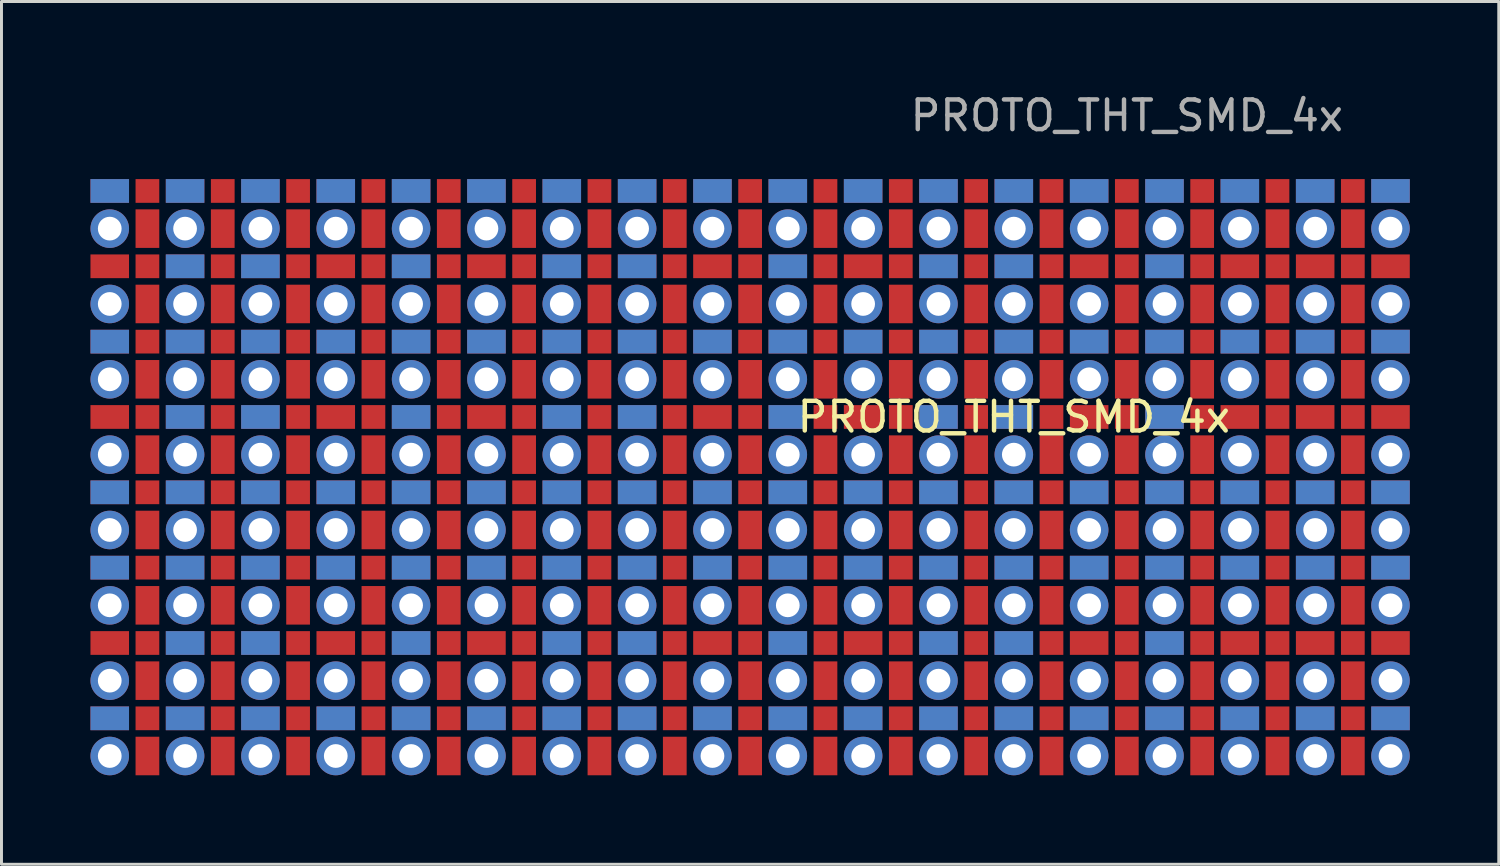
<source format=kicad_pcb>
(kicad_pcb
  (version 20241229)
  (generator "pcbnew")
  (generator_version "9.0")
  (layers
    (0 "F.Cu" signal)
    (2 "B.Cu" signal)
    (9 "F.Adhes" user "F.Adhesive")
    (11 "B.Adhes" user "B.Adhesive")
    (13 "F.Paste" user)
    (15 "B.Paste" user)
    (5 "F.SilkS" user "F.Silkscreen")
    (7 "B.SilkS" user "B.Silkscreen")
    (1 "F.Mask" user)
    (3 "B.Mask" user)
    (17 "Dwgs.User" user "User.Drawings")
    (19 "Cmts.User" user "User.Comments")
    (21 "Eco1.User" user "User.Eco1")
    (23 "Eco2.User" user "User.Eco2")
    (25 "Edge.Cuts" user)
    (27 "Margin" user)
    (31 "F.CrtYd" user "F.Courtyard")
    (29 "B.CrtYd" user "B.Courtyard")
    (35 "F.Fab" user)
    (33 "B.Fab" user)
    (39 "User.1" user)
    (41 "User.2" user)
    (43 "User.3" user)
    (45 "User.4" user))
  (footprint "PROTO_THT_SMD_4x"
    (layer "F.Cu")
    (at 22.24 13.548)
    (property "Reference" "PROTO_THT_SMD_4x" (at 8.89 -2.54 0) (layer "F.SilkS") (effects (font (size 1 1) (thickness 0.15))))
    (property "Value" "PROTO_THT_SMD_4x" (at 12.7 12.7 0) (layer "F.Fab") (hide yes) (effects (font (size 1 1) (thickness 0.15))))
    (attr through_hole)
    (fp_text user "${VALUE}" (at 12.7 -12.7 0) (layer "F.Fab") (effects (font (size 1 1) (thickness 0.15))))
    (pad "" smd rect (at -21.59 -10.16) (size 1.3 0.8) (layers "F.Cu" "F.Mask"))
    (pad "" smd rect (at -21.59 -10.16) (size 1.3 0.8) (layers "B.Cu" "B.Mask"))
    (pad "" thru_hole circle (at -21.59 -8.89) (size 1.3 1.3) (drill 0.8) (layers "*.Cu" "*.Mask"))
    (pad "" smd rect (at -21.59 -7.62) (size 1.3 0.8) (layers "F.Cu" "F.Mask"))
    (pad "" smd rect (at -21.59 -7.62) (size 1.3 0.8) (layers "B.Mask"))
    (pad "" thru_hole circle (at -21.59 -6.35) (size 1.3 1.3) (drill 0.8) (layers "*.Cu" "*.Mask"))
    (pad "" smd rect (at -21.59 -5.08) (size 1.3 0.8) (layers "F.Cu" "F.Mask"))
    (pad "" smd rect (at -21.59 -5.08) (size 1.3 0.8) (layers "B.Cu" "B.Mask"))
    (pad "" thru_hole circle (at -21.59 -3.81) (size 1.3 1.3) (drill 0.8) (layers "*.Cu" "*.Mask"))
    (pad "" smd rect (at -21.59 -2.54) (size 1.3 0.8) (layers "F.Cu" "F.Mask"))
    (pad "" smd rect (at -21.59 -2.54) (size 1.3 0.8) (layers "B.Mask"))
    (pad "" thru_hole circle (at -21.59 -1.27) (size 1.3 1.3) (drill 0.8) (layers "*.Cu" "*.Mask"))
    (pad "" smd rect (at -21.59 0) (size 1.3 0.8) (layers "F.Cu" "F.Mask"))
    (pad "" smd rect (at -21.59 0) (size 1.3 0.8) (layers "B.Cu" "B.Mask"))
    (pad "" thru_hole circle (at -21.59 1.27) (size 1.3 1.3) (drill 0.8) (layers "*.Cu" "*.Mask"))
    (pad "" smd rect (at -21.59 2.54) (size 1.3 0.8) (layers "F.Cu" "F.Mask"))
    (pad "" smd rect (at -21.59 2.54) (size 1.3 0.8) (layers "B.Cu" "B.Mask"))
    (pad "" thru_hole circle (at -21.59 3.81) (size 1.3 1.3) (drill 0.8) (layers "*.Cu" "*.Mask"))
    (pad "" smd rect (at -21.59 5.08) (size 1.3 0.8) (layers "F.Cu" "F.Mask"))
    (pad "" smd rect (at -21.59 5.08) (size 1.3 0.8) (layers "B.Mask"))
    (pad "" thru_hole circle (at -21.59 6.35) (size 1.3 1.3) (drill 0.8) (layers "*.Cu" "*.Mask"))
    (pad "" smd rect (at -20.32 -10.16 90) (size 0.8 0.8) (layers "F.Cu" "F.Mask"))
    (pad "" smd rect (at -20.32 -10.16 90) (size 0.8 0.8) (layers "B.Mask"))
    (pad "" smd rect (at -20.32 -8.89 90) (size 1.3 0.8) (layers "F.Cu" "F.Mask"))
    (pad "" smd rect (at -20.32 -8.89 90) (size 1.3 0.8) (layers "B.Mask"))
    (pad "" smd rect (at -20.32 -7.62 90) (size 0.8 0.8) (layers "F.Cu" "F.Mask"))
    (pad "" smd rect (at -20.32 -7.62 90) (size 0.8 0.8) (layers "B.Mask"))
    (pad "" smd rect (at -20.32 -6.35 90) (size 1.3 0.8) (layers "F.Cu" "F.Mask"))
    (pad "" smd rect (at -20.32 -6.35 90) (size 1.3 0.8) (layers "B.Mask"))
    (pad "" smd rect (at -20.32 -5.08 90) (size 0.8 0.8) (layers "F.Cu" "F.Mask"))
    (pad "" smd rect (at -20.32 -5.08 90) (size 0.8 0.8) (layers "B.Mask"))
    (pad "" smd rect (at -20.32 -3.81 90) (size 1.3 0.8) (layers "F.Cu" "F.Mask"))
    (pad "" smd rect (at -20.32 -3.81 90) (size 1.3 0.8) (layers "B.Mask"))
    (pad "" smd rect (at -20.32 -2.54 90) (size 0.8 0.8) (layers "F.Cu" "F.Mask"))
    (pad "" smd rect (at -20.32 -2.54 90) (size 0.8 0.8) (layers "B.Mask"))
    (pad "" smd rect (at -20.32 -1.27 90) (size 1.3 0.8) (layers "F.Cu" "F.Mask"))
    (pad "" smd rect (at -20.32 -1.27 90) (size 1.3 0.8) (layers "B.Mask"))
    (pad "" smd rect (at -20.32 0 90) (size 0.8 0.8) (layers "F.Cu" "F.Mask"))
    (pad "" smd rect (at -20.32 0 90) (size 0.8 0.8) (layers "B.Mask"))
    (pad "" smd rect (at -20.32 1.27 90) (size 1.3 0.8) (layers "F.Cu" "F.Mask"))
    (pad "" smd rect (at -20.32 1.27 90) (size 1.3 0.8) (layers "B.Mask"))
    (pad "" smd rect (at -20.32 2.54 90) (size 0.8 0.8) (layers "F.Cu" "F.Mask"))
    (pad "" smd rect (at -20.32 2.54 90) (size 0.8 0.8) (layers "B.Mask"))
    (pad "" smd rect (at -20.32 3.81 90) (size 1.3 0.8) (layers "F.Cu" "F.Mask"))
    (pad "" smd rect (at -20.32 3.81 90) (size 1.3 0.8) (layers "B.Mask"))
    (pad "" smd rect (at -20.32 5.08 90) (size 0.8 0.8) (layers "F.Cu" "F.Mask"))
    (pad "" smd rect (at -20.32 5.08 90) (size 0.8 0.8) (layers "B.Mask"))
    (pad "" smd rect (at -20.32 6.35 90) (size 1.3 0.8) (layers "F.Cu" "F.Mask"))
    (pad "" smd rect (at -20.32 6.35 90) (size 1.3 0.8) (layers "B.Mask"))
    (pad "" smd rect (at -20.32 7.62 90) (size 0.8 0.8) (layers "F.Cu" "F.Mask"))
    (pad "" smd rect (at -20.32 7.62 90) (size 0.8 0.8) (layers "B.Mask"))
    (pad "" smd rect (at -20.32 8.89 90) (size 1.3 0.8) (layers "F.Cu" "F.Mask"))
    (pad "" smd rect (at -20.32 8.89 90) (size 1.3 0.8) (layers "B.Mask"))
    (pad "" smd rect (at -19.05 -10.16) (size 1.3 0.8) (layers "F.Cu" "F.Mask"))
    (pad "" smd rect (at -19.05 -10.16) (size 1.3 0.8) (layers "B.Cu" "B.Mask"))
    (pad "" thru_hole circle (at -19.05 -8.89) (size 1.3 1.3) (drill 0.8) (layers "*.Cu" "*.Mask"))
    (pad "" smd rect (at -19.05 -7.62) (size 1.3 0.8) (layers "F.Cu" "F.Mask"))
    (pad "" smd rect (at -19.05 -7.62) (size 1.3 0.8) (layers "B.Cu" "B.Mask"))
    (pad "" thru_hole circle (at -19.05 -6.35) (size 1.3 1.3) (drill 0.8) (layers "*.Cu" "*.Mask"))
    (pad "" smd rect (at -19.05 -5.08) (size 1.3 0.8) (layers "F.Cu" "F.Mask"))
    (pad "" smd rect (at -19.05 -5.08) (size 1.3 0.8) (layers "B.Cu" "B.Mask"))
    (pad "" thru_hole circle (at -19.05 -3.81) (size 1.3 1.3) (drill 0.8) (layers "*.Cu" "*.Mask"))
    (pad "" smd rect (at -19.05 -2.54) (size 1.3 0.8) (layers "F.Cu" "F.Mask"))
    (pad "" smd rect (at -19.05 -2.54) (size 1.3 0.8) (layers "B.Cu" "B.Mask"))
    (pad "" thru_hole circle (at -19.05 -1.27) (size 1.3 1.3) (drill 0.8) (layers "*.Cu" "*.Mask"))
    (pad "" smd rect (at -19.05 0) (size 1.3 0.8) (layers "F.Cu" "F.Mask"))
    (pad "" smd rect (at -19.05 0) (size 1.3 0.8) (layers "B.Cu" "B.Mask"))
    (pad "" thru_hole circle (at -19.05 1.27) (size 1.3 1.3) (drill 0.8) (layers "*.Cu" "*.Mask"))
    (pad "" smd rect (at -19.05 2.54) (size 1.3 0.8) (layers "F.Cu" "F.Mask"))
    (pad "" smd rect (at -19.05 2.54) (size 1.3 0.8) (layers "B.Cu" "B.Mask"))
    (pad "" thru_hole circle (at -19.05 3.81) (size 1.3 1.3) (drill 0.8) (layers "*.Cu" "*.Mask"))
    (pad "" smd rect (at -19.05 5.08) (size 1.3 0.8) (layers "F.Cu" "F.Mask"))
    (pad "" smd rect (at -19.05 5.08) (size 1.3 0.8) (layers "B.Cu" "B.Mask"))
    (pad "" thru_hole circle (at -19.05 6.35) (size 1.3 1.3) (drill 0.8) (layers "*.Cu" "*.Mask"))
    (pad "" smd rect (at -17.78 -10.16 90) (size 0.8 0.8) (layers "F.Cu" "F.Mask"))
    (pad "" smd rect (at -17.78 -10.16 90) (size 0.8 0.8) (layers "B.Mask"))
    (pad "" smd rect (at -17.78 -8.89 90) (size 1.3 0.8) (layers "F.Cu" "F.Mask"))
    (pad "" smd rect (at -17.78 -8.89 90) (size 1.3 0.8) (layers "B.Mask"))
    (pad "" smd rect (at -17.78 -7.62 90) (size 0.8 0.8) (layers "F.Cu" "F.Mask"))
    (pad "" smd rect (at -17.78 -7.62 90) (size 0.8 0.8) (layers "B.Mask"))
    (pad "" smd rect (at -17.78 -6.35 90) (size 1.3 0.8) (layers "F.Cu" "F.Mask"))
    (pad "" smd rect (at -17.78 -6.35 90) (size 1.3 0.8) (layers "B.Mask"))
    (pad "" smd rect (at -17.78 -5.08 90) (size 0.8 0.8) (layers "F.Cu" "F.Mask"))
    (pad "" smd rect (at -17.78 -5.08 90) (size 0.8 0.8) (layers "B.Mask"))
    (pad "" smd rect (at -17.78 -3.81 90) (size 1.3 0.8) (layers "F.Cu" "F.Mask"))
    (pad "" smd rect (at -17.78 -3.81 90) (size 1.3 0.8) (layers "B.Mask"))
    (pad "" smd rect (at -17.78 -2.54 90) (size 0.8 0.8) (layers "F.Cu" "F.Mask"))
    (pad "" smd rect (at -17.78 -2.54 90) (size 0.8 0.8) (layers "B.Mask"))
    (pad "" smd rect (at -17.78 -1.27 90) (size 1.3 0.8) (layers "F.Cu" "F.Mask"))
    (pad "" smd rect (at -17.78 -1.27 90) (size 1.3 0.8) (layers "B.Mask"))
    (pad "" smd rect (at -17.78 0 90) (size 0.8 0.8) (layers "F.Cu" "F.Mask"))
    (pad "" smd rect (at -17.78 0 90) (size 0.8 0.8) (layers "B.Mask"))
    (pad "" smd rect (at -17.78 1.27 90) (size 1.3 0.8) (layers "F.Cu" "F.Mask"))
    (pad "" smd rect (at -17.78 1.27 90) (size 1.3 0.8) (layers "B.Mask"))
    (pad "" smd rect (at -17.78 2.54 90) (size 0.8 0.8) (layers "F.Cu" "F.Mask"))
    (pad "" smd rect (at -17.78 2.54 90) (size 0.8 0.8) (layers "B.Mask"))
    (pad "" smd rect (at -17.78 3.81 90) (size 1.3 0.8) (layers "F.Cu" "F.Mask"))
    (pad "" smd rect (at -17.78 3.81 90) (size 1.3 0.8) (layers "B.Mask"))
    (pad "" smd rect (at -17.78 5.08 90) (size 0.8 0.8) (layers "F.Cu" "F.Mask"))
    (pad "" smd rect (at -17.78 5.08 90) (size 0.8 0.8) (layers "B.Mask"))
    (pad "" smd rect (at -17.78 6.35 90) (size 1.3 0.8) (layers "F.Cu" "F.Mask"))
    (pad "" smd rect (at -17.78 6.35 90) (size 1.3 0.8) (layers "B.Mask"))
    (pad "" smd rect (at -17.78 7.62 90) (size 0.8 0.8) (layers "F.Cu" "F.Mask"))
    (pad "" smd rect (at -17.78 7.62 90) (size 0.8 0.8) (layers "B.Mask"))
    (pad "" smd rect (at -17.78 8.89 90) (size 1.3 0.8) (layers "F.Cu" "F.Mask"))
    (pad "" smd rect (at -17.78 8.89 90) (size 1.3 0.8) (layers "B.Mask"))
    (pad "" smd rect (at -16.51 -10.16) (size 1.3 0.8) (layers "F.Cu" "F.Mask"))
    (pad "" smd rect (at -16.51 -10.16) (size 1.3 0.8) (layers "B.Cu" "B.Mask"))
    (pad "" thru_hole circle (at -16.51 -8.89) (size 1.3 1.3) (drill 0.8) (layers "*.Cu" "*.Mask"))
    (pad "" smd rect (at -16.51 -7.62) (size 1.3 0.8) (layers "F.Cu" "F.Mask"))
    (pad "" smd rect (at -16.51 -7.62) (size 1.3 0.8) (layers "B.Cu" "B.Mask"))
    (pad "" thru_hole circle (at -16.51 -6.35) (size 1.3 1.3) (drill 0.8) (layers "*.Cu" "*.Mask"))
    (pad "" smd rect (at -16.51 -5.08) (size 1.3 0.8) (layers "F.Cu" "F.Mask"))
    (pad "" smd rect (at -16.51 -5.08) (size 1.3 0.8) (layers "B.Cu" "B.Mask"))
    (pad "" thru_hole circle (at -16.51 -3.81) (size 1.3 1.3) (drill 0.8) (layers "*.Cu" "*.Mask"))
    (pad "" smd rect (at -16.51 -2.54) (size 1.3 0.8) (layers "F.Cu" "F.Mask"))
    (pad "" smd rect (at -16.51 -2.54) (size 1.3 0.8) (layers "B.Cu" "B.Mask"))
    (pad "" thru_hole circle (at -16.51 -1.27) (size 1.3 1.3) (drill 0.8) (layers "*.Cu" "*.Mask"))
    (pad "" smd rect (at -16.51 0) (size 1.3 0.8) (layers "F.Cu" "F.Mask"))
    (pad "" smd rect (at -16.51 0) (size 1.3 0.8) (layers "B.Cu" "B.Mask"))
    (pad "" thru_hole circle (at -16.51 1.27) (size 1.3 1.3) (drill 0.8) (layers "*.Cu" "*.Mask"))
    (pad "" smd rect (at -16.51 2.54) (size 1.3 0.8) (layers "F.Cu" "F.Mask"))
    (pad "" smd rect (at -16.51 2.54) (size 1.3 0.8) (layers "B.Cu" "B.Mask"))
    (pad "" thru_hole circle (at -16.51 3.81) (size 1.3 1.3) (drill 0.8) (layers "*.Cu" "*.Mask"))
    (pad "" smd rect (at -16.51 5.08) (size 1.3 0.8) (layers "F.Cu" "F.Mask"))
    (pad "" smd rect (at -16.51 5.08) (size 1.3 0.8) (layers "B.Cu" "B.Mask"))
    (pad "" thru_hole circle (at -16.51 6.35) (size 1.3 1.3) (drill 0.8) (layers "*.Cu" "*.Mask"))
    (pad "" smd rect (at -15.24 -10.16 90) (size 0.8 0.8) (layers "F.Cu" "F.Mask"))
    (pad "" smd rect (at -15.24 -10.16 90) (size 0.8 0.8) (layers "B.Mask"))
    (pad "" smd rect (at -15.24 -8.89 90) (size 1.3 0.8) (layers "F.Cu" "F.Mask"))
    (pad "" smd rect (at -15.24 -8.89 90) (size 1.3 0.8) (layers "B.Mask"))
    (pad "" smd rect (at -15.24 -7.62 90) (size 0.8 0.8) (layers "F.Cu" "F.Mask"))
    (pad "" smd rect (at -15.24 -7.62 90) (size 0.8 0.8) (layers "B.Mask"))
    (pad "" smd rect (at -15.24 -6.35 90) (size 1.3 0.8) (layers "F.Cu" "F.Mask"))
    (pad "" smd rect (at -15.24 -6.35 90) (size 1.3 0.8) (layers "B.Mask"))
    (pad "" smd rect (at -15.24 -5.08 90) (size 0.8 0.8) (layers "F.Cu" "F.Mask"))
    (pad "" smd rect (at -15.24 -5.08 90) (size 0.8 0.8) (layers "B.Mask"))
    (pad "" smd rect (at -15.24 -3.81 90) (size 1.3 0.8) (layers "F.Cu" "F.Mask"))
    (pad "" smd rect (at -15.24 -3.81 90) (size 1.3 0.8) (layers "B.Mask"))
    (pad "" smd rect (at -15.24 -2.54 90) (size 0.8 0.8) (layers "F.Cu" "F.Mask"))
    (pad "" smd rect (at -15.24 -2.54 90) (size 0.8 0.8) (layers "B.Mask"))
    (pad "" smd rect (at -15.24 -1.27 90) (size 1.3 0.8) (layers "F.Cu" "F.Mask"))
    (pad "" smd rect (at -15.24 -1.27 90) (size 1.3 0.8) (layers "B.Mask"))
    (pad "" smd rect (at -15.24 0 90) (size 0.8 0.8) (layers "F.Cu" "F.Mask"))
    (pad "" smd rect (at -15.24 0 90) (size 0.8 0.8) (layers "B.Mask"))
    (pad "" smd rect (at -15.24 1.27 90) (size 1.3 0.8) (layers "F.Cu" "F.Mask"))
    (pad "" smd rect (at -15.24 1.27 90) (size 1.3 0.8) (layers "B.Mask"))
    (pad "" smd rect (at -15.24 2.54 90) (size 0.8 0.8) (layers "F.Cu" "F.Mask"))
    (pad "" smd rect (at -15.24 2.54 90) (size 0.8 0.8) (layers "B.Mask"))
    (pad "" smd rect (at -15.24 3.81 90) (size 1.3 0.8) (layers "F.Cu" "F.Mask"))
    (pad "" smd rect (at -15.24 3.81 90) (size 1.3 0.8) (layers "B.Mask"))
    (pad "" smd rect (at -15.24 5.08 90) (size 0.8 0.8) (layers "F.Cu" "F.Mask"))
    (pad "" smd rect (at -15.24 5.08 90) (size 0.8 0.8) (layers "B.Mask"))
    (pad "" smd rect (at -15.24 6.35 90) (size 1.3 0.8) (layers "F.Cu" "F.Mask"))
    (pad "" smd rect (at -15.24 6.35 90) (size 1.3 0.8) (layers "B.Mask"))
    (pad "" smd rect (at -15.24 7.62 90) (size 0.8 0.8) (layers "F.Cu" "F.Mask"))
    (pad "" smd rect (at -15.24 7.62 90) (size 0.8 0.8) (layers "B.Mask"))
    (pad "" smd rect (at -15.24 8.89 90) (size 1.3 0.8) (layers "F.Cu" "F.Mask"))
    (pad "" smd rect (at -15.24 8.89 90) (size 1.3 0.8) (layers "B.Mask"))
    (pad "" smd rect (at -13.97 -10.16) (size 1.3 0.8) (layers "F.Cu" "F.Mask"))
    (pad "" smd rect (at -13.97 -10.16) (size 1.3 0.8) (layers "B.Cu" "B.Mask"))
    (pad "" thru_hole circle (at -13.97 -8.89) (size 1.3 1.3) (drill 0.8) (layers "*.Cu" "*.Mask"))
    (pad "" smd rect (at -13.97 -7.62) (size 1.3 0.8) (layers "F.Cu" "F.Mask"))
    (pad "" smd rect (at -13.97 -7.62) (size 1.3 0.8) (layers "B.Mask"))
    (pad "" thru_hole circle (at -13.97 -6.35) (size 1.3 1.3) (drill 0.8) (layers "*.Cu" "*.Mask"))
    (pad "" smd rect (at -13.97 -5.08) (size 1.3 0.8) (layers "F.Cu" "F.Mask"))
    (pad "" smd rect (at -13.97 -5.08) (size 1.3 0.8) (layers "B.Cu" "B.Mask"))
    (pad "" thru_hole circle (at -13.97 -3.81) (size 1.3 1.3) (drill 0.8) (layers "*.Cu" "*.Mask"))
    (pad "" smd rect (at -13.97 -2.54) (size 1.3 0.8) (layers "F.Cu" "F.Mask"))
    (pad "" smd rect (at -13.97 -2.54) (size 1.3 0.8) (layers "B.Mask"))
    (pad "" thru_hole circle (at -13.97 -1.27) (size 1.3 1.3) (drill 0.8) (layers "*.Cu" "*.Mask"))
    (pad "" smd rect (at -13.97 0) (size 1.3 0.8) (layers "F.Cu" "F.Mask"))
    (pad "" smd rect (at -13.97 0) (size 1.3 0.8) (layers "B.Cu" "B.Mask"))
    (pad "" thru_hole circle (at -13.97 1.27) (size 1.3 1.3) (drill 0.8) (layers "*.Cu" "*.Mask"))
    (pad "" smd rect (at -13.97 2.54) (size 1.3 0.8) (layers "F.Cu" "F.Mask"))
    (pad "" smd rect (at -13.97 2.54) (size 1.3 0.8) (layers "B.Cu" "B.Mask"))
    (pad "" thru_hole circle (at -13.97 3.81) (size 1.3 1.3) (drill 0.8) (layers "*.Cu" "*.Mask"))
    (pad "" smd rect (at -13.97 5.08) (size 1.3 0.8) (layers "F.Cu" "F.Mask"))
    (pad "" smd rect (at -13.97 5.08) (size 1.3 0.8) (layers "B.Mask"))
    (pad "" thru_hole circle (at -13.97 6.35) (size 1.3 1.3) (drill 0.8) (layers "*.Cu" "*.Mask"))
    (pad "" smd rect (at -12.7 -10.16 90) (size 0.8 0.8) (layers "F.Cu" "F.Mask"))
    (pad "" smd rect (at -12.7 -10.16 90) (size 0.8 0.8) (layers "B.Mask"))
    (pad "" smd rect (at -12.7 -8.89 90) (size 1.3 0.8) (layers "F.Cu" "F.Mask"))
    (pad "" smd rect (at -12.7 -8.89 90) (size 1.3 0.8) (layers "B.Mask"))
    (pad "" smd rect (at -12.7 -7.62 90) (size 0.8 0.8) (layers "F.Cu" "F.Mask"))
    (pad "" smd rect (at -12.7 -7.62 90) (size 0.8 0.8) (layers "B.Mask"))
    (pad "" smd rect (at -12.7 -6.35 90) (size 1.3 0.8) (layers "F.Cu" "F.Mask"))
    (pad "" smd rect (at -12.7 -6.35 90) (size 1.3 0.8) (layers "B.Mask"))
    (pad "" smd rect (at -12.7 -5.08 90) (size 0.8 0.8) (layers "F.Cu" "F.Mask"))
    (pad "" smd rect (at -12.7 -5.08 90) (size 0.8 0.8) (layers "B.Mask"))
    (pad "" smd rect (at -12.7 -3.81 90) (size 1.3 0.8) (layers "F.Cu" "F.Mask"))
    (pad "" smd rect (at -12.7 -3.81 90) (size 1.3 0.8) (layers "B.Mask"))
    (pad "" smd rect (at -12.7 -2.54 90) (size 0.8 0.8) (layers "F.Cu" "F.Mask"))
    (pad "" smd rect (at -12.7 -2.54 90) (size 0.8 0.8) (layers "B.Mask"))
    (pad "" smd rect (at -12.7 -1.27 90) (size 1.3 0.8) (layers "F.Cu" "F.Mask"))
    (pad "" smd rect (at -12.7 -1.27 90) (size 1.3 0.8) (layers "B.Mask"))
    (pad "" smd rect (at -12.7 0 90) (size 0.8 0.8) (layers "F.Cu" "F.Mask"))
    (pad "" smd rect (at -12.7 0 90) (size 0.8 0.8) (layers "B.Mask"))
    (pad "" smd rect (at -12.7 1.27 90) (size 1.3 0.8) (layers "F.Cu" "F.Mask"))
    (pad "" smd rect (at -12.7 1.27 90) (size 1.3 0.8) (layers "B.Mask"))
    (pad "" smd rect (at -12.7 2.54 90) (size 0.8 0.8) (layers "F.Cu" "F.Mask"))
    (pad "" smd rect (at -12.7 2.54 90) (size 0.8 0.8) (layers "B.Mask"))
    (pad "" smd rect (at -12.7 3.81 90) (size 1.3 0.8) (layers "F.Cu" "F.Mask"))
    (pad "" smd rect (at -12.7 3.81 90) (size 1.3 0.8) (layers "B.Mask"))
    (pad "" smd rect (at -12.7 5.08 90) (size 0.8 0.8) (layers "F.Cu" "F.Mask"))
    (pad "" smd rect (at -12.7 5.08 90) (size 0.8 0.8) (layers "B.Mask"))
    (pad "" smd rect (at -12.7 6.35 90) (size 1.3 0.8) (layers "F.Cu" "F.Mask"))
    (pad "" smd rect (at -12.7 6.35 90) (size 1.3 0.8) (layers "B.Mask"))
    (pad "" smd rect (at -12.7 7.62 90) (size 0.8 0.8) (layers "F.Cu" "F.Mask"))
    (pad "" smd rect (at -12.7 7.62 90) (size 0.8 0.8) (layers "B.Mask"))
    (pad "" smd rect (at -12.7 8.89 90) (size 1.3 0.8) (layers "F.Cu" "F.Mask"))
    (pad "" smd rect (at -12.7 8.89 90) (size 1.3 0.8) (layers "B.Mask"))
    (pad "" smd rect (at -11.43 -10.16) (size 1.3 0.8) (layers "F.Cu" "F.Mask"))
    (pad "" smd rect (at -11.43 -10.16) (size 1.3 0.8) (layers "B.Cu" "B.Mask"))
    (pad "" thru_hole circle (at -11.43 -8.89) (size 1.3 1.3) (drill 0.8) (layers "*.Cu" "*.Mask"))
    (pad "" smd rect (at -11.43 -7.62) (size 1.3 0.8) (layers "F.Cu" "F.Mask"))
    (pad "" smd rect (at -11.43 -7.62) (size 1.3 0.8) (layers "B.Cu" "B.Mask"))
    (pad "" thru_hole circle (at -11.43 -6.35) (size 1.3 1.3) (drill 0.8) (layers "*.Cu" "*.Mask"))
    (pad "" smd rect (at -11.43 -5.08) (size 1.3 0.8) (layers "F.Cu" "F.Mask"))
    (pad "" smd rect (at -11.43 -5.08) (size 1.3 0.8) (layers "B.Cu" "B.Mask"))
    (pad "" thru_hole circle (at -11.43 -3.81) (size 1.3 1.3) (drill 0.8) (layers "*.Cu" "*.Mask"))
    (pad "" smd rect (at -11.43 -2.54) (size 1.3 0.8) (layers "F.Cu" "F.Mask"))
    (pad "" smd rect (at -11.43 -2.54) (size 1.3 0.8) (layers "B.Cu" "B.Mask"))
    (pad "" thru_hole circle (at -11.43 -1.27) (size 1.3 1.3) (drill 0.8) (layers "*.Cu" "*.Mask"))
    (pad "" smd rect (at -11.43 0) (size 1.3 0.8) (layers "F.Cu" "F.Mask"))
    (pad "" smd rect (at -11.43 0) (size 1.3 0.8) (layers "B.Cu" "B.Mask"))
    (pad "" thru_hole circle (at -11.43 1.27) (size 1.3 1.3) (drill 0.8) (layers "*.Cu" "*.Mask"))
    (pad "" smd rect (at -11.43 2.54) (size 1.3 0.8) (layers "F.Cu" "F.Mask"))
    (pad "" smd rect (at -11.43 2.54) (size 1.3 0.8) (layers "B.Cu" "B.Mask"))
    (pad "" thru_hole circle (at -11.43 3.81) (size 1.3 1.3) (drill 0.8) (layers "*.Cu" "*.Mask"))
    (pad "" smd rect (at -11.43 5.08) (size 1.3 0.8) (layers "F.Cu" "F.Mask"))
    (pad "" smd rect (at -11.43 5.08) (size 1.3 0.8) (layers "B.Cu" "B.Mask"))
    (pad "" thru_hole circle (at -11.43 6.35) (size 1.3 1.3) (drill 0.8) (layers "*.Cu" "*.Mask"))
    (pad "" smd rect (at -10.16 -10.16 90) (size 0.8 0.8) (layers "F.Cu" "F.Mask"))
    (pad "" smd rect (at -10.16 -10.16 90) (size 0.8 0.8) (layers "B.Mask"))
    (pad "" smd rect (at -10.16 -8.89 90) (size 1.3 0.8) (layers "F.Cu" "F.Mask"))
    (pad "" smd rect (at -10.16 -8.89 90) (size 1.3 0.8) (layers "B.Mask"))
    (pad "" smd rect (at -10.16 -7.62 90) (size 0.8 0.8) (layers "F.Cu" "F.Mask"))
    (pad "" smd rect (at -10.16 -7.62 90) (size 0.8 0.8) (layers "B.Mask"))
    (pad "" smd rect (at -10.16 -6.35 90) (size 1.3 0.8) (layers "F.Cu" "F.Mask"))
    (pad "" smd rect (at -10.16 -6.35 90) (size 1.3 0.8) (layers "B.Mask"))
    (pad "" smd rect (at -10.16 -5.08 90) (size 0.8 0.8) (layers "F.Cu" "F.Mask"))
    (pad "" smd rect (at -10.16 -5.08 90) (size 0.8 0.8) (layers "B.Mask"))
    (pad "" smd rect (at -10.16 -3.81 90) (size 1.3 0.8) (layers "F.Cu" "F.Mask"))
    (pad "" smd rect (at -10.16 -3.81 90) (size 1.3 0.8) (layers "B.Mask"))
    (pad "" smd rect (at -10.16 -2.54 90) (size 0.8 0.8) (layers "F.Cu" "F.Mask"))
    (pad "" smd rect (at -10.16 -2.54 90) (size 0.8 0.8) (layers "B.Mask"))
    (pad "" smd rect (at -10.16 -1.27 90) (size 1.3 0.8) (layers "F.Cu" "F.Mask"))
    (pad "" smd rect (at -10.16 -1.27 90) (size 1.3 0.8) (layers "B.Mask"))
    (pad "" smd rect (at -10.16 0 90) (size 0.8 0.8) (layers "F.Cu" "F.Mask"))
    (pad "" smd rect (at -10.16 0 90) (size 0.8 0.8) (layers "B.Mask"))
    (pad "" smd rect (at -10.16 1.27 90) (size 1.3 0.8) (layers "F.Cu" "F.Mask"))
    (pad "" smd rect (at -10.16 1.27 90) (size 1.3 0.8) (layers "B.Mask"))
    (pad "" smd rect (at -10.16 2.54 90) (size 0.8 0.8) (layers "F.Cu" "F.Mask"))
    (pad "" smd rect (at -10.16 2.54 90) (size 0.8 0.8) (layers "B.Mask"))
    (pad "" smd rect (at -10.16 3.81 90) (size 1.3 0.8) (layers "F.Cu" "F.Mask"))
    (pad "" smd rect (at -10.16 3.81 90) (size 1.3 0.8) (layers "B.Mask"))
    (pad "" smd rect (at -10.16 5.08 90) (size 0.8 0.8) (layers "F.Cu" "F.Mask"))
    (pad "" smd rect (at -10.16 5.08 90) (size 0.8 0.8) (layers "B.Mask"))
    (pad "" smd rect (at -10.16 6.35 90) (size 1.3 0.8) (layers "F.Cu" "F.Mask"))
    (pad "" smd rect (at -10.16 6.35 90) (size 1.3 0.8) (layers "B.Mask"))
    (pad "" smd rect (at -10.16 7.62 90) (size 0.8 0.8) (layers "F.Cu" "F.Mask"))
    (pad "" smd rect (at -10.16 7.62 90) (size 0.8 0.8) (layers "B.Mask"))
    (pad "" smd rect (at -10.16 8.89 90) (size 1.3 0.8) (layers "F.Cu" "F.Mask"))
    (pad "" smd rect (at -10.16 8.89 90) (size 1.3 0.8) (layers "B.Mask"))
    (pad "" smd rect (at -8.89 -10.16) (size 1.3 0.8) (layers "F.Cu" "F.Mask"))
    (pad "" smd rect (at -8.89 -10.16) (size 1.3 0.8) (layers "B.Cu" "B.Mask"))
    (pad "" thru_hole circle (at -8.89 -8.89) (size 1.3 1.3) (drill 0.8) (layers "*.Cu" "*.Mask"))
    (pad "" smd rect (at -8.89 -7.62) (size 1.3 0.8) (layers "F.Cu" "F.Mask"))
    (pad "" smd rect (at -8.89 -7.62) (size 1.3 0.8) (layers "B.Mask"))
    (pad "" thru_hole circle (at -8.89 -6.35) (size 1.3 1.3) (drill 0.8) (layers "*.Cu" "*.Mask"))
    (pad "" smd rect (at -8.89 -5.08) (size 1.3 0.8) (layers "F.Cu" "F.Mask"))
    (pad "" smd rect (at -8.89 -5.08) (size 1.3 0.8) (layers "B.Cu" "B.Mask"))
    (pad "" thru_hole circle (at -8.89 -3.81) (size 1.3 1.3) (drill 0.8) (layers "*.Cu" "*.Mask"))
    (pad "" smd rect (at -8.89 -2.54) (size 1.3 0.8) (layers "F.Cu" "F.Mask"))
    (pad "" smd rect (at -8.89 -2.54) (size 1.3 0.8) (layers "B.Mask"))
    (pad "" thru_hole circle (at -8.89 -1.27) (size 1.3 1.3) (drill 0.8) (layers "*.Cu" "*.Mask"))
    (pad "" smd rect (at -8.89 0) (size 1.3 0.8) (layers "F.Cu" "F.Mask"))
    (pad "" smd rect (at -8.89 0) (size 1.3 0.8) (layers "B.Cu" "B.Mask"))
    (pad "" thru_hole circle (at -8.89 1.27) (size 1.3 1.3) (drill 0.8) (layers "*.Cu" "*.Mask"))
    (pad "" smd rect (at -8.89 2.54) (size 1.3 0.8) (layers "F.Cu" "F.Mask"))
    (pad "" smd rect (at -8.89 2.54) (size 1.3 0.8) (layers "B.Cu" "B.Mask"))
    (pad "" thru_hole circle (at -8.89 3.81) (size 1.3 1.3) (drill 0.8) (layers "*.Cu" "*.Mask"))
    (pad "" smd rect (at -8.89 5.08) (size 1.3 0.8) (layers "F.Cu" "F.Mask"))
    (pad "" smd rect (at -8.89 5.08) (size 1.3 0.8) (layers "B.Mask"))
    (pad "" thru_hole circle (at -8.89 6.35) (size 1.3 1.3) (drill 0.8) (layers "*.Cu" "*.Mask"))
    (pad "" smd rect (at -7.62 -10.16 90) (size 0.8 0.8) (layers "F.Cu" "F.Mask"))
    (pad "" smd rect (at -7.62 -10.16 90) (size 0.8 0.8) (layers "B.Mask"))
    (pad "" smd rect (at -7.62 -8.89 90) (size 1.3 0.8) (layers "F.Cu" "F.Mask"))
    (pad "" smd rect (at -7.62 -8.89 90) (size 1.3 0.8) (layers "B.Mask"))
    (pad "" smd rect (at -7.62 -7.62 90) (size 0.8 0.8) (layers "F.Cu" "F.Mask"))
    (pad "" smd rect (at -7.62 -7.62 90) (size 0.8 0.8) (layers "B.Mask"))
    (pad "" smd rect (at -7.62 -6.35 90) (size 1.3 0.8) (layers "F.Cu" "F.Mask"))
    (pad "" smd rect (at -7.62 -6.35 90) (size 1.3 0.8) (layers "B.Mask"))
    (pad "" smd rect (at -7.62 -5.08 90) (size 0.8 0.8) (layers "F.Cu" "F.Mask"))
    (pad "" smd rect (at -7.62 -5.08 90) (size 0.8 0.8) (layers "B.Mask"))
    (pad "" smd rect (at -7.62 -3.81 90) (size 1.3 0.8) (layers "F.Cu" "F.Mask"))
    (pad "" smd rect (at -7.62 -3.81 90) (size 1.3 0.8) (layers "B.Mask"))
    (pad "" smd rect (at -7.62 -2.54 90) (size 0.8 0.8) (layers "F.Cu" "F.Mask"))
    (pad "" smd rect (at -7.62 -2.54 90) (size 0.8 0.8) (layers "B.Mask"))
    (pad "" smd rect (at -7.62 -1.27 90) (size 1.3 0.8) (layers "F.Cu" "F.Mask"))
    (pad "" smd rect (at -7.62 -1.27 90) (size 1.3 0.8) (layers "B.Mask"))
    (pad "" smd rect (at -7.62 0 90) (size 0.8 0.8) (layers "F.Cu" "F.Mask"))
    (pad "" smd rect (at -7.62 0 90) (size 0.8 0.8) (layers "B.Mask"))
    (pad "" smd rect (at -7.62 1.27 90) (size 1.3 0.8) (layers "F.Cu" "F.Mask"))
    (pad "" smd rect (at -7.62 1.27 90) (size 1.3 0.8) (layers "B.Mask"))
    (pad "" smd rect (at -7.62 2.54 90) (size 0.8 0.8) (layers "F.Cu" "F.Mask"))
    (pad "" smd rect (at -7.62 2.54 90) (size 0.8 0.8) (layers "B.Mask"))
    (pad "" smd rect (at -7.62 3.81 90) (size 1.3 0.8) (layers "F.Cu" "F.Mask"))
    (pad "" smd rect (at -7.62 3.81 90) (size 1.3 0.8) (layers "B.Mask"))
    (pad "" smd rect (at -7.62 5.08 90) (size 0.8 0.8) (layers "F.Cu" "F.Mask"))
    (pad "" smd rect (at -7.62 5.08 90) (size 0.8 0.8) (layers "B.Mask"))
    (pad "" smd rect (at -7.62 6.35 90) (size 1.3 0.8) (layers "F.Cu" "F.Mask"))
    (pad "" smd rect (at -7.62 6.35 90) (size 1.3 0.8) (layers "B.Mask"))
    (pad "" smd rect (at -7.62 7.62 90) (size 0.8 0.8) (layers "F.Cu" "F.Mask"))
    (pad "" smd rect (at -7.62 7.62 90) (size 0.8 0.8) (layers "B.Mask"))
    (pad "" smd rect (at -7.62 8.89 90) (size 1.3 0.8) (layers "F.Cu" "F.Mask"))
    (pad "" smd rect (at -7.62 8.89 90) (size 1.3 0.8) (layers "B.Mask"))
    (pad "" smd rect (at -6.35 -10.16) (size 1.3 0.8) (layers "F.Cu" "F.Mask"))
    (pad "" smd rect (at -6.35 -10.16) (size 1.3 0.8) (layers "B.Cu" "B.Mask"))
    (pad "" thru_hole circle (at -6.35 -8.89) (size 1.3 1.3) (drill 0.8) (layers "*.Cu" "*.Mask"))
    (pad "" smd rect (at -6.35 -7.62) (size 1.3 0.8) (layers "F.Cu" "F.Mask"))
    (pad "" smd rect (at -6.35 -7.62) (size 1.3 0.8) (layers "B.Cu" "B.Mask"))
    (pad "" thru_hole circle (at -6.35 -6.35) (size 1.3 1.3) (drill 0.8) (layers "*.Cu" "*.Mask"))
    (pad "" smd rect (at -6.35 -5.08) (size 1.3 0.8) (layers "F.Cu" "F.Mask"))
    (pad "" smd rect (at -6.35 -5.08) (size 1.3 0.8) (layers "B.Cu" "B.Mask"))
    (pad "" thru_hole circle (at -6.35 -3.81) (size 1.3 1.3) (drill 0.8) (layers "*.Cu" "*.Mask"))
    (pad "" smd rect (at -6.35 -2.54) (size 1.3 0.8) (layers "F.Cu" "F.Mask"))
    (pad "" smd rect (at -6.35 -2.54) (size 1.3 0.8) (layers "B.Cu" "B.Mask"))
    (pad "" thru_hole circle (at -6.35 -1.27) (size 1.3 1.3) (drill 0.8) (layers "*.Cu" "*.Mask"))
    (pad "" smd rect (at -6.35 0) (size 1.3 0.8) (layers "F.Cu" "F.Mask"))
    (pad "" smd rect (at -6.35 0) (size 1.3 0.8) (layers "B.Cu" "B.Mask"))
    (pad "" thru_hole circle (at -6.35 1.27) (size 1.3 1.3) (drill 0.8) (layers "*.Cu" "*.Mask"))
    (pad "" smd rect (at -6.35 2.54) (size 1.3 0.8) (layers "F.Cu" "F.Mask"))
    (pad "" smd rect (at -6.35 2.54) (size 1.3 0.8) (layers "B.Cu" "B.Mask"))
    (pad "" thru_hole circle (at -6.35 3.81) (size 1.3 1.3) (drill 0.8) (layers "*.Cu" "*.Mask"))
    (pad "" smd rect (at -6.35 5.08) (size 1.3 0.8) (layers "F.Cu" "F.Mask"))
    (pad "" smd rect (at -6.35 5.08) (size 1.3 0.8) (layers "B.Cu" "B.Mask"))
    (pad "" thru_hole circle (at -6.35 6.35) (size 1.3 1.3) (drill 0.8) (layers "*.Cu" "*.Mask"))
    (pad "" smd rect (at -5.08 -10.16 90) (size 0.8 0.8) (layers "F.Cu" "F.Mask"))
    (pad "" smd rect (at -5.08 -10.16 90) (size 0.8 0.8) (layers "B.Mask"))
    (pad "" smd rect (at -5.08 -8.89 90) (size 1.3 0.8) (layers "F.Cu" "F.Mask"))
    (pad "" smd rect (at -5.08 -8.89 90) (size 1.3 0.8) (layers "B.Mask"))
    (pad "" smd rect (at -5.08 -7.62 90) (size 0.8 0.8) (layers "F.Cu" "F.Mask"))
    (pad "" smd rect (at -5.08 -7.62 90) (size 0.8 0.8) (layers "B.Mask"))
    (pad "" smd rect (at -5.08 -6.35 90) (size 1.3 0.8) (layers "F.Cu" "F.Mask"))
    (pad "" smd rect (at -5.08 -6.35 90) (size 1.3 0.8) (layers "B.Mask"))
    (pad "" smd rect (at -5.08 -5.08 90) (size 0.8 0.8) (layers "F.Cu" "F.Mask"))
    (pad "" smd rect (at -5.08 -5.08 90) (size 0.8 0.8) (layers "B.Mask"))
    (pad "" smd rect (at -5.08 -3.81 90) (size 1.3 0.8) (layers "F.Cu" "F.Mask"))
    (pad "" smd rect (at -5.08 -3.81 90) (size 1.3 0.8) (layers "B.Mask"))
    (pad "" smd rect (at -5.08 -2.54 90) (size 0.8 0.8) (layers "F.Cu" "F.Mask"))
    (pad "" smd rect (at -5.08 -2.54 90) (size 0.8 0.8) (layers "B.Mask"))
    (pad "" smd rect (at -5.08 -1.27 90) (size 1.3 0.8) (layers "F.Cu" "F.Mask"))
    (pad "" smd rect (at -5.08 -1.27 90) (size 1.3 0.8) (layers "B.Mask"))
    (pad "" smd rect (at -5.08 0 90) (size 0.8 0.8) (layers "F.Cu" "F.Mask"))
    (pad "" smd rect (at -5.08 0 90) (size 0.8 0.8) (layers "B.Mask"))
    (pad "" smd rect (at -5.08 1.27 90) (size 1.3 0.8) (layers "F.Cu" "F.Mask"))
    (pad "" smd rect (at -5.08 1.27 90) (size 1.3 0.8) (layers "B.Mask"))
    (pad "" smd rect (at -5.08 2.54 90) (size 0.8 0.8) (layers "F.Cu" "F.Mask"))
    (pad "" smd rect (at -5.08 2.54 90) (size 0.8 0.8) (layers "B.Mask"))
    (pad "" smd rect (at -5.08 3.81 90) (size 1.3 0.8) (layers "F.Cu" "F.Mask"))
    (pad "" smd rect (at -5.08 3.81 90) (size 1.3 0.8) (layers "B.Mask"))
    (pad "" smd rect (at -5.08 5.08 90) (size 0.8 0.8) (layers "F.Cu" "F.Mask"))
    (pad "" smd rect (at -5.08 5.08 90) (size 0.8 0.8) (layers "B.Mask"))
    (pad "" smd rect (at -5.08 6.35 90) (size 1.3 0.8) (layers "F.Cu" "F.Mask"))
    (pad "" smd rect (at -5.08 6.35 90) (size 1.3 0.8) (layers "B.Mask"))
    (pad "" smd rect (at -5.08 7.62 90) (size 0.8 0.8) (layers "F.Cu" "F.Mask"))
    (pad "" smd rect (at -5.08 7.62 90) (size 0.8 0.8) (layers "B.Mask"))
    (pad "" smd rect (at -5.08 8.89 90) (size 1.3 0.8) (layers "F.Cu" "F.Mask"))
    (pad "" smd rect (at -5.08 8.89 90) (size 1.3 0.8) (layers "B.Mask"))
    (pad "" smd rect (at -3.81 -10.16) (size 1.3 0.8) (layers "F.Cu" "F.Mask"))
    (pad "" smd rect (at -3.81 -10.16) (size 1.3 0.8) (layers "B.Cu" "B.Mask"))
    (pad "" thru_hole circle (at -3.81 -8.89) (size 1.3 1.3) (drill 0.8) (layers "*.Cu" "*.Mask"))
    (pad "" smd rect (at -3.81 -7.62) (size 1.3 0.8) (layers "F.Cu" "F.Mask"))
    (pad "" smd rect (at -3.81 -7.62) (size 1.3 0.8) (layers "B.Cu" "B.Mask"))
    (pad "" thru_hole circle (at -3.81 -6.35) (size 1.3 1.3) (drill 0.8) (layers "*.Cu" "*.Mask"))
    (pad "" smd rect (at -3.81 -5.08) (size 1.3 0.8) (layers "F.Cu" "F.Mask"))
    (pad "" smd rect (at -3.81 -5.08) (size 1.3 0.8) (layers "B.Cu" "B.Mask"))
    (pad "" thru_hole circle (at -3.81 -3.81) (size 1.3 1.3) (drill 0.8) (layers "*.Cu" "*.Mask"))
    (pad "" smd rect (at -3.81 -2.54) (size 1.3 0.8) (layers "F.Cu" "F.Mask"))
    (pad "" smd rect (at -3.81 -2.54) (size 1.3 0.8) (layers "B.Cu" "B.Mask"))
    (pad "" thru_hole circle (at -3.81 -1.27) (size 1.3 1.3) (drill 0.8) (layers "*.Cu" "*.Mask"))
    (pad "" smd rect (at -3.81 0) (size 1.3 0.8) (layers "F.Cu" "F.Mask"))
    (pad "" smd rect (at -3.81 0) (size 1.3 0.8) (layers "B.Cu" "B.Mask"))
    (pad "" thru_hole circle (at -3.81 1.27) (size 1.3 1.3) (drill 0.8) (layers "*.Cu" "*.Mask"))
    (pad "" smd rect (at -3.81 2.54) (size 1.3 0.8) (layers "F.Cu" "F.Mask"))
    (pad "" smd rect (at -3.81 2.54) (size 1.3 0.8) (layers "B.Cu" "B.Mask"))
    (pad "" thru_hole circle (at -3.81 3.81) (size 1.3 1.3) (drill 0.8) (layers "*.Cu" "*.Mask"))
    (pad "" smd rect (at -3.81 5.08) (size 1.3 0.8) (layers "F.Cu" "F.Mask"))
    (pad "" smd rect (at -3.81 5.08) (size 1.3 0.8) (layers "B.Cu" "B.Mask"))
    (pad "" thru_hole circle (at -3.81 6.35) (size 1.3 1.3) (drill 0.8) (layers "*.Cu" "*.Mask"))
    (pad "" smd rect (at -2.54 -10.16 90) (size 0.8 0.8) (layers "F.Cu" "F.Mask"))
    (pad "" smd rect (at -2.54 -10.16 90) (size 0.8 0.8) (layers "B.Mask"))
    (pad "" smd rect (at -2.54 -8.89 90) (size 1.3 0.8) (layers "F.Cu" "F.Mask"))
    (pad "" smd rect (at -2.54 -8.89 90) (size 1.3 0.8) (layers "B.Mask"))
    (pad "" smd rect (at -2.54 -7.62 90) (size 0.8 0.8) (layers "F.Cu" "F.Mask"))
    (pad "" smd rect (at -2.54 -7.62 90) (size 0.8 0.8) (layers "B.Mask"))
    (pad "" smd rect (at -2.54 -6.35 90) (size 1.3 0.8) (layers "F.Cu" "F.Mask"))
    (pad "" smd rect (at -2.54 -6.35 90) (size 1.3 0.8) (layers "B.Mask"))
    (pad "" smd rect (at -2.54 -5.08 90) (size 0.8 0.8) (layers "F.Cu" "F.Mask"))
    (pad "" smd rect (at -2.54 -5.08 90) (size 0.8 0.8) (layers "B.Mask"))
    (pad "" smd rect (at -2.54 -3.81 90) (size 1.3 0.8) (layers "F.Cu" "F.Mask"))
    (pad "" smd rect (at -2.54 -3.81 90) (size 1.3 0.8) (layers "B.Mask"))
    (pad "" smd rect (at -2.54 -2.54 90) (size 0.8 0.8) (layers "F.Cu" "F.Mask"))
    (pad "" smd rect (at -2.54 -2.54 90) (size 0.8 0.8) (layers "B.Mask"))
    (pad "" smd rect (at -2.54 -1.27 90) (size 1.3 0.8) (layers "F.Cu" "F.Mask"))
    (pad "" smd rect (at -2.54 -1.27 90) (size 1.3 0.8) (layers "B.Mask"))
    (pad "" smd rect (at -2.54 0 90) (size 0.8 0.8) (layers "F.Cu" "F.Mask"))
    (pad "" smd rect (at -2.54 0 90) (size 0.8 0.8) (layers "B.Mask"))
    (pad "" smd rect (at -2.54 1.27 90) (size 1.3 0.8) (layers "F.Cu" "F.Mask"))
    (pad "" smd rect (at -2.54 1.27 90) (size 1.3 0.8) (layers "B.Mask"))
    (pad "" smd rect (at -2.54 2.54 90) (size 0.8 0.8) (layers "F.Cu" "F.Mask"))
    (pad "" smd rect (at -2.54 2.54 90) (size 0.8 0.8) (layers "B.Mask"))
    (pad "" smd rect (at -2.54 3.81 90) (size 1.3 0.8) (layers "F.Cu" "F.Mask"))
    (pad "" smd rect (at -2.54 3.81 90) (size 1.3 0.8) (layers "B.Mask"))
    (pad "" smd rect (at -2.54 5.08 90) (size 0.8 0.8) (layers "F.Cu" "F.Mask"))
    (pad "" smd rect (at -2.54 5.08 90) (size 0.8 0.8) (layers "B.Mask"))
    (pad "" smd rect (at -2.54 6.35 90) (size 1.3 0.8) (layers "F.Cu" "F.Mask"))
    (pad "" smd rect (at -2.54 6.35 90) (size 1.3 0.8) (layers "B.Mask"))
    (pad "" smd rect (at -2.54 7.62 90) (size 0.8 0.8) (layers "F.Cu" "F.Mask"))
    (pad "" smd rect (at -2.54 7.62 90) (size 0.8 0.8) (layers "B.Mask"))
    (pad "" smd rect (at -2.54 8.89 90) (size 1.3 0.8) (layers "F.Cu" "F.Mask"))
    (pad "" smd rect (at -2.54 8.89 90) (size 1.3 0.8) (layers "B.Mask"))
    (pad "" smd rect (at -1.27 -10.16) (size 1.3 0.8) (layers "F.Cu" "F.Mask"))
    (pad "" smd rect (at -1.27 -10.16) (size 1.3 0.8) (layers "B.Cu" "B.Mask"))
    (pad "" thru_hole circle (at -1.27 -8.89) (size 1.3 1.3) (drill 0.8) (layers "*.Cu" "*.Mask"))
    (pad "" smd rect (at -1.27 -7.62) (size 1.3 0.8) (layers "F.Cu" "F.Mask"))
    (pad "" smd rect (at -1.27 -7.62) (size 1.3 0.8) (layers "B.Mask"))
    (pad "" thru_hole circle (at -1.27 -6.35) (size 1.3 1.3) (drill 0.8) (layers "*.Cu" "*.Mask"))
    (pad "" smd rect (at -1.27 -5.08) (size 1.3 0.8) (layers "F.Cu" "F.Mask"))
    (pad "" smd rect (at -1.27 -5.08) (size 1.3 0.8) (layers "B.Cu" "B.Mask"))
    (pad "" thru_hole circle (at -1.27 -3.81) (size 1.3 1.3) (drill 0.8) (layers "*.Cu" "*.Mask"))
    (pad "" smd rect (at -1.27 -2.54) (size 1.3 0.8) (layers "F.Cu" "F.Mask"))
    (pad "" smd rect (at -1.27 -2.54) (size 1.3 0.8) (layers "B.Mask"))
    (pad "" thru_hole circle (at -1.27 -1.27) (size 1.3 1.3) (drill 0.8) (layers "*.Cu" "*.Mask"))
    (pad "" smd rect (at -1.27 0) (size 1.3 0.8) (layers "F.Cu" "F.Mask"))
    (pad "" smd rect (at -1.27 0) (size 1.3 0.8) (layers "B.Cu" "B.Mask"))
    (pad "" thru_hole circle (at -1.27 1.27) (size 1.3 1.3) (drill 0.8) (layers "*.Cu" "*.Mask"))
    (pad "" smd rect (at -1.27 2.54) (size 1.3 0.8) (layers "F.Cu" "F.Mask"))
    (pad "" smd rect (at -1.27 2.54) (size 1.3 0.8) (layers "B.Cu" "B.Mask"))
    (pad "" thru_hole circle (at -1.27 3.81) (size 1.3 1.3) (drill 0.8) (layers "*.Cu" "*.Mask"))
    (pad "" smd rect (at -1.27 5.08) (size 1.3 0.8) (layers "F.Cu" "F.Mask"))
    (pad "" smd rect (at -1.27 5.08) (size 1.3 0.8) (layers "B.Mask"))
    (pad "" thru_hole circle (at -1.27 6.35) (size 1.3 1.3) (drill 0.8) (layers "*.Cu" "*.Mask"))
    (pad "" smd rect (at 0 -10.16 90) (size 0.8 0.8) (layers "F.Cu" "F.Mask"))
    (pad "" smd rect (at 0 -10.16 90) (size 0.8 0.8) (layers "B.Mask"))
    (pad "" smd rect (at 0 -8.89 90) (size 1.3 0.8) (layers "F.Cu" "F.Mask"))
    (pad "" smd rect (at 0 -8.89 90) (size 1.3 0.8) (layers "B.Mask"))
    (pad "" smd rect (at 0 -7.62 90) (size 0.8 0.8) (layers "F.Cu" "F.Mask"))
    (pad "" smd rect (at 0 -7.62 90) (size 0.8 0.8) (layers "B.Mask"))
    (pad "" smd rect (at 0 -6.35 90) (size 1.3 0.8) (layers "F.Cu" "F.Mask"))
    (pad "" smd rect (at 0 -6.35 90) (size 1.3 0.8) (layers "B.Mask"))
    (pad "" smd rect (at 0 -5.08 90) (size 0.8 0.8) (layers "F.Cu" "F.Mask"))
    (pad "" smd rect (at 0 -5.08 90) (size 0.8 0.8) (layers "B.Mask"))
    (pad "" smd rect (at 0 -3.81 90) (size 1.3 0.8) (layers "F.Cu" "F.Mask"))
    (pad "" smd rect (at 0 -3.81 90) (size 1.3 0.8) (layers "B.Mask"))
    (pad "" smd rect (at 0 -2.54 90) (size 0.8 0.8) (layers "F.Cu" "F.Mask"))
    (pad "" smd rect (at 0 -2.54 90) (size 0.8 0.8) (layers "B.Mask"))
    (pad "" smd rect (at 0 -1.27 90) (size 1.3 0.8) (layers "F.Cu" "F.Mask"))
    (pad "" smd rect (at 0 -1.27 90) (size 1.3 0.8) (layers "B.Mask"))
    (pad "" smd rect (at 0 0 90) (size 0.8 0.8) (layers "F.Cu" "F.Mask"))
    (pad "" smd rect (at 0 0 90) (size 0.8 0.8) (layers "B.Mask"))
    (pad "" smd rect (at 0 1.27 90) (size 1.3 0.8) (layers "F.Cu" "F.Mask"))
    (pad "" smd rect (at 0 1.27 90) (size 1.3 0.8) (layers "B.Mask"))
    (pad "" smd rect (at 0 2.54 90) (size 0.8 0.8) (layers "F.Cu" "F.Mask"))
    (pad "" smd rect (at 0 2.54 90) (size 0.8 0.8) (layers "B.Mask"))
    (pad "" smd rect (at 0 3.81 90) (size 1.3 0.8) (layers "F.Cu" "F.Mask"))
    (pad "" smd rect (at 0 3.81 90) (size 1.3 0.8) (layers "B.Mask"))
    (pad "" smd rect (at 0 5.08 90) (size 0.8 0.8) (layers "F.Cu" "F.Mask"))
    (pad "" smd rect (at 0 5.08 90) (size 0.8 0.8) (layers "B.Mask"))
    (pad "" smd rect (at 0 6.35 90) (size 1.3 0.8) (layers "F.Cu" "F.Mask"))
    (pad "" smd rect (at 0 6.35 90) (size 1.3 0.8) (layers "B.Mask"))
    (pad "" smd rect (at 0 7.62 90) (size 0.8 0.8) (layers "F.Cu" "F.Mask"))
    (pad "" smd rect (at 0 7.62 90) (size 0.8 0.8) (layers "B.Mask"))
    (pad "" smd rect (at 0 8.89 90) (size 1.3 0.8) (layers "F.Cu" "F.Mask"))
    (pad "" smd rect (at 0 8.89 90) (size 1.3 0.8) (layers "B.Mask"))
    (pad "" smd rect (at 1.27 -10.16) (size 1.3 0.8) (layers "F.Cu" "F.Mask"))
    (pad "" smd rect (at 1.27 -10.16) (size 1.3 0.8) (layers "B.Cu" "B.Mask"))
    (pad "" thru_hole circle (at 1.27 -8.89) (size 1.3 1.3) (drill 0.8) (layers "*.Cu" "*.Mask"))
    (pad "" smd rect (at 1.27 -7.62) (size 1.3 0.8) (layers "F.Cu" "F.Mask"))
    (pad "" smd rect (at 1.27 -7.62) (size 1.3 0.8) (layers "B.Cu" "B.Mask"))
    (pad "" thru_hole circle (at 1.27 -6.35) (size 1.3 1.3) (drill 0.8) (layers "*.Cu" "*.Mask"))
    (pad "" smd rect (at 1.27 -5.08) (size 1.3 0.8) (layers "F.Cu" "F.Mask"))
    (pad "" smd rect (at 1.27 -5.08) (size 1.3 0.8) (layers "B.Cu" "B.Mask"))
    (pad "" thru_hole circle (at 1.27 -3.81) (size 1.3 1.3) (drill 0.8) (layers "*.Cu" "*.Mask"))
    (pad "" smd rect (at 1.27 -2.54) (size 1.3 0.8) (layers "F.Cu" "F.Mask"))
    (pad "" smd rect (at 1.27 -2.54) (size 1.3 0.8) (layers "B.Cu" "B.Mask"))
    (pad "" thru_hole circle (at 1.27 -1.27) (size 1.3 1.3) (drill 0.8) (layers "*.Cu" "*.Mask"))
    (pad "" smd rect (at 1.27 0) (size 1.3 0.8) (layers "F.Cu" "F.Mask"))
    (pad "" smd rect (at 1.27 0) (size 1.3 0.8) (layers "B.Cu" "B.Mask"))
    (pad "" thru_hole circle (at 1.27 1.27) (size 1.3 1.3) (drill 0.8) (layers "*.Cu" "*.Mask"))
    (pad "" smd rect (at 1.27 2.54) (size 1.3 0.8) (layers "F.Cu" "F.Mask"))
    (pad "" smd rect (at 1.27 2.54) (size 1.3 0.8) (layers "B.Cu" "B.Mask"))
    (pad "" thru_hole circle (at 1.27 3.81) (size 1.3 1.3) (drill 0.8) (layers "*.Cu" "*.Mask"))
    (pad "" smd rect (at 1.27 5.08) (size 1.3 0.8) (layers "F.Cu" "F.Mask"))
    (pad "" smd rect (at 1.27 5.08) (size 1.3 0.8) (layers "B.Cu" "B.Mask"))
    (pad "" thru_hole circle (at 1.27 6.35) (size 1.3 1.3) (drill 0.8) (layers "*.Cu" "*.Mask"))
    (pad "" smd rect (at 2.54 -10.16 90) (size 0.8 0.8) (layers "F.Cu" "F.Mask"))
    (pad "" smd rect (at 2.54 -10.16 90) (size 0.8 0.8) (layers "B.Mask"))
    (pad "" smd rect (at 2.54 -8.89 90) (size 1.3 0.8) (layers "F.Cu" "F.Mask"))
    (pad "" smd rect (at 2.54 -8.89 90) (size 1.3 0.8) (layers "B.Mask"))
    (pad "" smd rect (at 2.54 -7.62 90) (size 0.8 0.8) (layers "F.Cu" "F.Mask"))
    (pad "" smd rect (at 2.54 -7.62 90) (size 0.8 0.8) (layers "B.Mask"))
    (pad "" smd rect (at 2.54 -6.35 90) (size 1.3 0.8) (layers "F.Cu" "F.Mask"))
    (pad "" smd rect (at 2.54 -6.35 90) (size 1.3 0.8) (layers "B.Mask"))
    (pad "" smd rect (at 2.54 -5.08 90) (size 0.8 0.8) (layers "F.Cu" "F.Mask"))
    (pad "" smd rect (at 2.54 -5.08 90) (size 0.8 0.8) (layers "B.Mask"))
    (pad "" smd rect (at 2.54 -3.81 90) (size 1.3 0.8) (layers "F.Cu" "F.Mask"))
    (pad "" smd rect (at 2.54 -3.81 90) (size 1.3 0.8) (layers "B.Mask"))
    (pad "" smd rect (at 2.54 -2.54 90) (size 0.8 0.8) (layers "F.Cu" "F.Mask"))
    (pad "" smd rect (at 2.54 -2.54 90) (size 0.8 0.8) (layers "B.Mask"))
    (pad "" smd rect (at 2.54 -1.27 90) (size 1.3 0.8) (layers "F.Cu" "F.Mask"))
    (pad "" smd rect (at 2.54 -1.27 90) (size 1.3 0.8) (layers "B.Mask"))
    (pad "" smd rect (at 2.54 0 90) (size 0.8 0.8) (layers "F.Cu" "F.Mask"))
    (pad "" smd rect (at 2.54 0 90) (size 0.8 0.8) (layers "B.Mask"))
    (pad "" smd rect (at 2.54 1.27 90) (size 1.3 0.8) (layers "F.Cu" "F.Mask"))
    (pad "" smd rect (at 2.54 1.27 90) (size 1.3 0.8) (layers "B.Mask"))
    (pad "" smd rect (at 2.54 2.54 90) (size 0.8 0.8) (layers "F.Cu" "F.Mask"))
    (pad "" smd rect (at 2.54 2.54 90) (size 0.8 0.8) (layers "B.Mask"))
    (pad "" smd rect (at 2.54 3.81 90) (size 1.3 0.8) (layers "F.Cu" "F.Mask"))
    (pad "" smd rect (at 2.54 3.81 90) (size 1.3 0.8) (layers "B.Mask"))
    (pad "" smd rect (at 2.54 5.08 90) (size 0.8 0.8) (layers "F.Cu" "F.Mask"))
    (pad "" smd rect (at 2.54 5.08 90) (size 0.8 0.8) (layers "B.Mask"))
    (pad "" smd rect (at 2.54 6.35 90) (size 1.3 0.8) (layers "F.Cu" "F.Mask"))
    (pad "" smd rect (at 2.54 6.35 90) (size 1.3 0.8) (layers "B.Mask"))
    (pad "" smd rect (at 2.54 7.62 90) (size 0.8 0.8) (layers "F.Cu" "F.Mask"))
    (pad "" smd rect (at 2.54 7.62 90) (size 0.8 0.8) (layers "B.Mask"))
    (pad "" smd rect (at 2.54 8.89 90) (size 1.3 0.8) (layers "F.Cu" "F.Mask"))
    (pad "" smd rect (at 2.54 8.89 90) (size 1.3 0.8) (layers "B.Mask"))
    (pad "" smd rect (at 3.81 -10.16) (size 1.3 0.8) (layers "F.Cu" "F.Mask"))
    (pad "" smd rect (at 3.81 -10.16) (size 1.3 0.8) (layers "B.Cu" "B.Mask"))
    (pad "" thru_hole circle (at 3.81 -8.89) (size 1.3 1.3) (drill 0.8) (layers "*.Cu" "*.Mask"))
    (pad "" smd rect (at 3.81 -7.62) (size 1.3 0.8) (layers "F.Cu" "F.Mask"))
    (pad "" smd rect (at 3.81 -7.62) (size 1.3 0.8) (layers "B.Mask"))
    (pad "" thru_hole circle (at 3.81 -6.35) (size 1.3 1.3) (drill 0.8) (layers "*.Cu" "*.Mask"))
    (pad "" smd rect (at 3.81 -5.08) (size 1.3 0.8) (layers "F.Cu" "F.Mask"))
    (pad "" smd rect (at 3.81 -5.08) (size 1.3 0.8) (layers "B.Cu" "B.Mask"))
    (pad "" thru_hole circle (at 3.81 -3.81) (size 1.3 1.3) (drill 0.8) (layers "*.Cu" "*.Mask"))
    (pad "" smd rect (at 3.81 -2.54) (size 1.3 0.8) (layers "F.Cu" "F.Mask"))
    (pad "" smd rect (at 3.81 -2.54) (size 1.3 0.8) (layers "B.Mask"))
    (pad "" thru_hole circle (at 3.81 -1.27) (size 1.3 1.3) (drill 0.8) (layers "*.Cu" "*.Mask"))
    (pad "" smd rect (at 3.81 0) (size 1.3 0.8) (layers "F.Cu" "F.Mask"))
    (pad "" smd rect (at 3.81 0) (size 1.3 0.8) (layers "B.Cu" "B.Mask"))
    (pad "" thru_hole circle (at 3.81 1.27) (size 1.3 1.3) (drill 0.8) (layers "*.Cu" "*.Mask"))
    (pad "" smd rect (at 3.81 2.54) (size 1.3 0.8) (layers "F.Cu" "F.Mask"))
    (pad "" smd rect (at 3.81 2.54) (size 1.3 0.8) (layers "B.Cu" "B.Mask"))
    (pad "" thru_hole circle (at 3.81 3.81) (size 1.3 1.3) (drill 0.8) (layers "*.Cu" "*.Mask"))
    (pad "" smd rect (at 3.81 5.08) (size 1.3 0.8) (layers "F.Cu" "F.Mask"))
    (pad "" smd rect (at 3.81 5.08) (size 1.3 0.8) (layers "B.Mask"))
    (pad "" thru_hole circle (at 3.81 6.35) (size 1.3 1.3) (drill 0.8) (layers "*.Cu" "*.Mask"))
    (pad "" smd rect (at 5.08 -10.16 90) (size 0.8 0.8) (layers "F.Cu" "F.Mask"))
    (pad "" smd rect (at 5.08 -10.16 90) (size 0.8 0.8) (layers "B.Mask"))
    (pad "" smd rect (at 5.08 -8.89 90) (size 1.3 0.8) (layers "F.Cu" "F.Mask"))
    (pad "" smd rect (at 5.08 -8.89 90) (size 1.3 0.8) (layers "B.Mask"))
    (pad "" smd rect (at 5.08 -7.62 90) (size 0.8 0.8) (layers "F.Cu" "F.Mask"))
    (pad "" smd rect (at 5.08 -7.62 90) (size 0.8 0.8) (layers "B.Mask"))
    (pad "" smd rect (at 5.08 -6.35 90) (size 1.3 0.8) (layers "F.Cu" "F.Mask"))
    (pad "" smd rect (at 5.08 -6.35 90) (size 1.3 0.8) (layers "B.Mask"))
    (pad "" smd rect (at 5.08 -5.08 90) (size 0.8 0.8) (layers "F.Cu" "F.Mask"))
    (pad "" smd rect (at 5.08 -5.08 90) (size 0.8 0.8) (layers "B.Mask"))
    (pad "" smd rect (at 5.08 -3.81 90) (size 1.3 0.8) (layers "F.Cu" "F.Mask"))
    (pad "" smd rect (at 5.08 -3.81 90) (size 1.3 0.8) (layers "B.Mask"))
    (pad "" smd rect (at 5.08 -2.54 90) (size 0.8 0.8) (layers "F.Cu" "F.Mask"))
    (pad "" smd rect (at 5.08 -2.54 90) (size 0.8 0.8) (layers "B.Mask"))
    (pad "" smd rect (at 5.08 -1.27 90) (size 1.3 0.8) (layers "F.Cu" "F.Mask"))
    (pad "" smd rect (at 5.08 -1.27 90) (size 1.3 0.8) (layers "B.Mask"))
    (pad "" smd rect (at 5.08 0 90) (size 0.8 0.8) (layers "F.Cu" "F.Mask"))
    (pad "" smd rect (at 5.08 0 90) (size 0.8 0.8) (layers "B.Mask"))
    (pad "" smd rect (at 5.08 1.27 90) (size 1.3 0.8) (layers "F.Cu" "F.Mask"))
    (pad "" smd rect (at 5.08 1.27 90) (size 1.3 0.8) (layers "B.Mask"))
    (pad "" smd rect (at 5.08 2.54 90) (size 0.8 0.8) (layers "F.Cu" "F.Mask"))
    (pad "" smd rect (at 5.08 2.54 90) (size 0.8 0.8) (layers "B.Mask"))
    (pad "" smd rect (at 5.08 3.81 90) (size 1.3 0.8) (layers "F.Cu" "F.Mask"))
    (pad "" smd rect (at 5.08 3.81 90) (size 1.3 0.8) (layers "B.Mask"))
    (pad "" smd rect (at 5.08 5.08 90) (size 0.8 0.8) (layers "F.Cu" "F.Mask"))
    (pad "" smd rect (at 5.08 5.08 90) (size 0.8 0.8) (layers "B.Mask"))
    (pad "" smd rect (at 5.08 6.35 90) (size 1.3 0.8) (layers "F.Cu" "F.Mask"))
    (pad "" smd rect (at 5.08 6.35 90) (size 1.3 0.8) (layers "B.Mask"))
    (pad "" smd rect (at 5.08 7.62 90) (size 0.8 0.8) (layers "F.Cu" "F.Mask"))
    (pad "" smd rect (at 5.08 7.62 90) (size 0.8 0.8) (layers "B.Mask"))
    (pad "" smd rect (at 5.08 8.89 90) (size 1.3 0.8) (layers "F.Cu" "F.Mask"))
    (pad "" smd rect (at 5.08 8.89 90) (size 1.3 0.8) (layers "B.Mask"))
    (pad "" smd rect (at 6.35 -10.16) (size 1.3 0.8) (layers "F.Cu" "F.Mask"))
    (pad "" smd rect (at 6.35 -10.16) (size 1.3 0.8) (layers "B.Cu" "B.Mask"))
    (pad "" thru_hole circle (at 6.35 -8.89) (size 1.3 1.3) (drill 0.8) (layers "*.Cu" "*.Mask"))
    (pad "" smd rect (at 6.35 -7.62) (size 1.3 0.8) (layers "F.Cu" "F.Mask"))
    (pad "" smd rect (at 6.35 -7.62) (size 1.3 0.8) (layers "B.Cu" "B.Mask"))
    (pad "" thru_hole circle (at 6.35 -6.35) (size 1.3 1.3) (drill 0.8) (layers "*.Cu" "*.Mask"))
    (pad "" smd rect (at 6.35 -5.08) (size 1.3 0.8) (layers "F.Cu" "F.Mask"))
    (pad "" smd rect (at 6.35 -5.08) (size 1.3 0.8) (layers "B.Cu" "B.Mask"))
    (pad "" thru_hole circle (at 6.35 -3.81) (size 1.3 1.3) (drill 0.8) (layers "*.Cu" "*.Mask"))
    (pad "" smd rect (at 6.35 -2.54) (size 1.3 0.8) (layers "F.Cu" "F.Mask"))
    (pad "" smd rect (at 6.35 -2.54) (size 1.3 0.8) (layers "B.Cu" "B.Mask"))
    (pad "" thru_hole circle (at 6.35 -1.27) (size 1.3 1.3) (drill 0.8) (layers "*.Cu" "*.Mask"))
    (pad "" smd rect (at 6.35 0) (size 1.3 0.8) (layers "F.Cu" "F.Mask"))
    (pad "" smd rect (at 6.35 0) (size 1.3 0.8) (layers "B.Cu" "B.Mask"))
    (pad "" thru_hole circle (at 6.35 1.27) (size 1.3 1.3) (drill 0.8) (layers "*.Cu" "*.Mask"))
    (pad "" smd rect (at 6.35 2.54) (size 1.3 0.8) (layers "F.Cu" "F.Mask"))
    (pad "" smd rect (at 6.35 2.54) (size 1.3 0.8) (layers "B.Cu" "B.Mask"))
    (pad "" thru_hole circle (at 6.35 3.81) (size 1.3 1.3) (drill 0.8) (layers "*.Cu" "*.Mask"))
    (pad "" smd rect (at 6.35 5.08) (size 1.3 0.8) (layers "F.Cu" "F.Mask"))
    (pad "" smd rect (at 6.35 5.08) (size 1.3 0.8) (layers "B.Cu" "B.Mask"))
    (pad "" thru_hole circle (at 6.35 6.35) (size 1.3 1.3) (drill 0.8) (layers "*.Cu" "*.Mask"))
    (pad "" smd rect (at 7.62 -10.16 90) (size 0.8 0.8) (layers "F.Cu" "F.Mask"))
    (pad "" smd rect (at 7.62 -10.16 90) (size 0.8 0.8) (layers "B.Mask"))
    (pad "" smd rect (at 7.62 -8.89 90) (size 1.3 0.8) (layers "F.Cu" "F.Mask"))
    (pad "" smd rect (at 7.62 -8.89 90) (size 1.3 0.8) (layers "B.Mask"))
    (pad "" smd rect (at 7.62 -7.62 90) (size 0.8 0.8) (layers "F.Cu" "F.Mask"))
    (pad "" smd rect (at 7.62 -7.62 90) (size 0.8 0.8) (layers "B.Mask"))
    (pad "" smd rect (at 7.62 -6.35 90) (size 1.3 0.8) (layers "F.Cu" "F.Mask"))
    (pad "" smd rect (at 7.62 -6.35 90) (size 1.3 0.8) (layers "B.Mask"))
    (pad "" smd rect (at 7.62 -5.08 90) (size 0.8 0.8) (layers "F.Cu" "F.Mask"))
    (pad "" smd rect (at 7.62 -5.08 90) (size 0.8 0.8) (layers "B.Mask"))
    (pad "" smd rect (at 7.62 -3.81 90) (size 1.3 0.8) (layers "F.Cu" "F.Mask"))
    (pad "" smd rect (at 7.62 -3.81 90) (size 1.3 0.8) (layers "B.Mask"))
    (pad "" smd rect (at 7.62 -2.54 90) (size 0.8 0.8) (layers "F.Cu" "F.Mask"))
    (pad "" smd rect (at 7.62 -2.54 90) (size 0.8 0.8) (layers "B.Mask"))
    (pad "" smd rect (at 7.62 -1.27 90) (size 1.3 0.8) (layers "F.Cu" "F.Mask"))
    (pad "" smd rect (at 7.62 -1.27 90) (size 1.3 0.8) (layers "B.Mask"))
    (pad "" smd rect (at 7.62 0 90) (size 0.8 0.8) (layers "F.Cu" "F.Mask"))
    (pad "" smd rect (at 7.62 0 90) (size 0.8 0.8) (layers "B.Mask"))
    (pad "" smd rect (at 7.62 1.27 90) (size 1.3 0.8) (layers "F.Cu" "F.Mask"))
    (pad "" smd rect (at 7.62 1.27 90) (size 1.3 0.8) (layers "B.Mask"))
    (pad "" smd rect (at 7.62 2.54 90) (size 0.8 0.8) (layers "F.Cu" "F.Mask"))
    (pad "" smd rect (at 7.62 2.54 90) (size 0.8 0.8) (layers "B.Mask"))
    (pad "" smd rect (at 7.62 3.81 90) (size 1.3 0.8) (layers "F.Cu" "F.Mask"))
    (pad "" smd rect (at 7.62 3.81 90) (size 1.3 0.8) (layers "B.Mask"))
    (pad "" smd rect (at 7.62 5.08 90) (size 0.8 0.8) (layers "F.Cu" "F.Mask"))
    (pad "" smd rect (at 7.62 5.08 90) (size 0.8 0.8) (layers "B.Mask"))
    (pad "" smd rect (at 7.62 6.35 90) (size 1.3 0.8) (layers "F.Cu" "F.Mask"))
    (pad "" smd rect (at 7.62 6.35 90) (size 1.3 0.8) (layers "B.Mask"))
    (pad "" smd rect (at 7.62 7.62 90) (size 0.8 0.8) (layers "F.Cu" "F.Mask"))
    (pad "" smd rect (at 7.62 7.62 90) (size 0.8 0.8) (layers "B.Mask"))
    (pad "" smd rect (at 7.62 8.89 90) (size 1.3 0.8) (layers "F.Cu" "F.Mask"))
    (pad "" smd rect (at 7.62 8.89 90) (size 1.3 0.8) (layers "B.Mask"))
    (pad "" smd rect (at 8.89 -10.16) (size 1.3 0.8) (layers "F.Cu" "F.Mask"))
    (pad "" smd rect (at 8.89 -10.16) (size 1.3 0.8) (layers "B.Cu" "B.Mask"))
    (pad "" thru_hole circle (at 8.89 -8.89) (size 1.3 1.3) (drill 0.8) (layers "*.Cu" "*.Mask"))
    (pad "" smd rect (at 8.89 -7.62) (size 1.3 0.8) (layers "F.Cu" "F.Mask"))
    (pad "" smd rect (at 8.89 -7.62) (size 1.3 0.8) (layers "B.Cu" "B.Mask"))
    (pad "" thru_hole circle (at 8.89 -6.35) (size 1.3 1.3) (drill 0.8) (layers "*.Cu" "*.Mask"))
    (pad "" smd rect (at 8.89 -5.08) (size 1.3 0.8) (layers "F.Cu" "F.Mask"))
    (pad "" smd rect (at 8.89 -5.08) (size 1.3 0.8) (layers "B.Cu" "B.Mask"))
    (pad "" thru_hole circle (at 8.89 -3.81) (size 1.3 1.3) (drill 0.8) (layers "*.Cu" "*.Mask"))
    (pad "" smd rect (at 8.89 -2.54) (size 1.3 0.8) (layers "F.Cu" "F.Mask"))
    (pad "" smd rect (at 8.89 -2.54) (size 1.3 0.8) (layers "B.Cu" "B.Mask"))
    (pad "" thru_hole circle (at 8.89 -1.27) (size 1.3 1.3) (drill 0.8) (layers "*.Cu" "*.Mask"))
    (pad "" smd rect (at 8.89 0) (size 1.3 0.8) (layers "F.Cu" "F.Mask"))
    (pad "" smd rect (at 8.89 0) (size 1.3 0.8) (layers "B.Cu" "B.Mask"))
    (pad "" thru_hole circle (at 8.89 1.27) (size 1.3 1.3) (drill 0.8) (layers "*.Cu" "*.Mask"))
    (pad "" smd rect (at 8.89 2.54) (size 1.3 0.8) (layers "F.Cu" "F.Mask"))
    (pad "" smd rect (at 8.89 2.54) (size 1.3 0.8) (layers "B.Cu" "B.Mask"))
    (pad "" thru_hole circle (at 8.89 3.81) (size 1.3 1.3) (drill 0.8) (layers "*.Cu" "*.Mask"))
    (pad "" smd rect (at 8.89 5.08) (size 1.3 0.8) (layers "F.Cu" "F.Mask"))
    (pad "" smd rect (at 8.89 5.08) (size 1.3 0.8) (layers "B.Cu" "B.Mask"))
    (pad "" thru_hole circle (at 8.89 6.35) (size 1.3 1.3) (drill 0.8) (layers "*.Cu" "*.Mask"))
    (pad "" smd rect (at 10.16 -10.16 90) (size 0.8 0.8) (layers "F.Cu" "F.Mask"))
    (pad "" smd rect (at 10.16 -10.16 90) (size 0.8 0.8) (layers "B.Mask"))
    (pad "" smd rect (at 10.16 -8.89 90) (size 1.3 0.8) (layers "F.Cu" "F.Mask"))
    (pad "" smd rect (at 10.16 -8.89 90) (size 1.3 0.8) (layers "B.Mask"))
    (pad "" smd rect (at 10.16 -7.62 90) (size 0.8 0.8) (layers "F.Cu" "F.Mask"))
    (pad "" smd rect (at 10.16 -7.62 90) (size 0.8 0.8) (layers "B.Mask"))
    (pad "" smd rect (at 10.16 -6.35 90) (size 1.3 0.8) (layers "F.Cu" "F.Mask"))
    (pad "" smd rect (at 10.16 -6.35 90) (size 1.3 0.8) (layers "B.Mask"))
    (pad "" smd rect (at 10.16 -5.08 90) (size 0.8 0.8) (layers "F.Cu" "F.Mask"))
    (pad "" smd rect (at 10.16 -5.08 90) (size 0.8 0.8) (layers "B.Mask"))
    (pad "" smd rect (at 10.16 -3.81 90) (size 1.3 0.8) (layers "F.Cu" "F.Mask"))
    (pad "" smd rect (at 10.16 -3.81 90) (size 1.3 0.8) (layers "B.Mask"))
    (pad "" smd rect (at 10.16 -2.54 90) (size 0.8 0.8) (layers "F.Cu" "F.Mask"))
    (pad "" smd rect (at 10.16 -2.54 90) (size 0.8 0.8) (layers "B.Mask"))
    (pad "" smd rect (at 10.16 -1.27 90) (size 1.3 0.8) (layers "F.Cu" "F.Mask"))
    (pad "" smd rect (at 10.16 -1.27 90) (size 1.3 0.8) (layers "B.Mask"))
    (pad "" smd rect (at 10.16 0 90) (size 0.8 0.8) (layers "F.Cu" "F.Mask"))
    (pad "" smd rect (at 10.16 0 90) (size 0.8 0.8) (layers "B.Mask"))
    (pad "" smd rect (at 10.16 1.27 90) (size 1.3 0.8) (layers "F.Cu" "F.Mask"))
    (pad "" smd rect (at 10.16 1.27 90) (size 1.3 0.8) (layers "B.Mask"))
    (pad "" smd rect (at 10.16 2.54 90) (size 0.8 0.8) (layers "F.Cu" "F.Mask"))
    (pad "" smd rect (at 10.16 2.54 90) (size 0.8 0.8) (layers "B.Mask"))
    (pad "" smd rect (at 10.16 3.81 90) (size 1.3 0.8) (layers "F.Cu" "F.Mask"))
    (pad "" smd rect (at 10.16 3.81 90) (size 1.3 0.8) (layers "B.Mask"))
    (pad "" smd rect (at 10.16 5.08 90) (size 0.8 0.8) (layers "F.Cu" "F.Mask"))
    (pad "" smd rect (at 10.16 5.08 90) (size 0.8 0.8) (layers "B.Mask"))
    (pad "" smd rect (at 10.16 6.35 90) (size 1.3 0.8) (layers "F.Cu" "F.Mask"))
    (pad "" smd rect (at 10.16 6.35 90) (size 1.3 0.8) (layers "B.Mask"))
    (pad "" smd rect (at 10.16 7.62 90) (size 0.8 0.8) (layers "F.Cu" "F.Mask"))
    (pad "" smd rect (at 10.16 7.62 90) (size 0.8 0.8) (layers "B.Mask"))
    (pad "" smd rect (at 10.16 8.89 90) (size 1.3 0.8) (layers "F.Cu" "F.Mask"))
    (pad "" smd rect (at 10.16 8.89 90) (size 1.3 0.8) (layers "B.Mask"))
    (pad "" smd rect (at 11.43 -10.16) (size 1.3 0.8) (layers "F.Cu" "F.Mask"))
    (pad "" smd rect (at 11.43 -10.16) (size 1.3 0.8) (layers "B.Cu" "B.Mask"))
    (pad "" thru_hole circle (at 11.43 -8.89) (size 1.3 1.3) (drill 0.8) (layers "*.Cu" "*.Mask"))
    (pad "" smd rect (at 11.43 -7.62) (size 1.3 0.8) (layers "F.Cu" "F.Mask"))
    (pad "" smd rect (at 11.43 -7.62) (size 1.3 0.8) (layers "B.Mask"))
    (pad "" thru_hole circle (at 11.43 -6.35) (size 1.3 1.3) (drill 0.8) (layers "*.Cu" "*.Mask"))
    (pad "" smd rect (at 11.43 -5.08) (size 1.3 0.8) (layers "F.Cu" "F.Mask"))
    (pad "" smd rect (at 11.43 -5.08) (size 1.3 0.8) (layers "B.Cu" "B.Mask"))
    (pad "" thru_hole circle (at 11.43 -3.81) (size 1.3 1.3) (drill 0.8) (layers "*.Cu" "*.Mask"))
    (pad "" smd rect (at 11.43 -2.54) (size 1.3 0.8) (layers "F.Cu" "F.Mask"))
    (pad "" smd rect (at 11.43 -2.54) (size 1.3 0.8) (layers "B.Mask"))
    (pad "" thru_hole circle (at 11.43 -1.27) (size 1.3 1.3) (drill 0.8) (layers "*.Cu" "*.Mask"))
    (pad "" smd rect (at 11.43 0) (size 1.3 0.8) (layers "F.Cu" "F.Mask"))
    (pad "" smd rect (at 11.43 0) (size 1.3 0.8) (layers "B.Cu" "B.Mask"))
    (pad "" thru_hole circle (at 11.43 1.27) (size 1.3 1.3) (drill 0.8) (layers "*.Cu" "*.Mask"))
    (pad "" smd rect (at 11.43 2.54) (size 1.3 0.8) (layers "F.Cu" "F.Mask"))
    (pad "" smd rect (at 11.43 2.54) (size 1.3 0.8) (layers "B.Cu" "B.Mask"))
    (pad "" thru_hole circle (at 11.43 3.81) (size 1.3 1.3) (drill 0.8) (layers "*.Cu" "*.Mask"))
    (pad "" smd rect (at 11.43 5.08) (size 1.3 0.8) (layers "F.Cu" "F.Mask"))
    (pad "" smd rect (at 11.43 5.08) (size 1.3 0.8) (layers "B.Mask"))
    (pad "" thru_hole circle (at 11.43 6.35) (size 1.3 1.3) (drill 0.8) (layers "*.Cu" "*.Mask"))
    (pad "" smd rect (at 12.7 -10.16 90) (size 0.8 0.8) (layers "F.Cu" "F.Mask"))
    (pad "" smd rect (at 12.7 -10.16 90) (size 0.8 0.8) (layers "B.Mask"))
    (pad "" smd rect (at 12.7 -8.89 90) (size 1.3 0.8) (layers "F.Cu" "F.Mask"))
    (pad "" smd rect (at 12.7 -8.89 90) (size 1.3 0.8) (layers "B.Mask"))
    (pad "" smd rect (at 12.7 -7.62 90) (size 0.8 0.8) (layers "F.Cu" "F.Mask"))
    (pad "" smd rect (at 12.7 -7.62 90) (size 0.8 0.8) (layers "B.Mask"))
    (pad "" smd rect (at 12.7 -6.35 90) (size 1.3 0.8) (layers "F.Cu" "F.Mask"))
    (pad "" smd rect (at 12.7 -6.35 90) (size 1.3 0.8) (layers "B.Mask"))
    (pad "" smd rect (at 12.7 -5.08 90) (size 0.8 0.8) (layers "F.Cu" "F.Mask"))
    (pad "" smd rect (at 12.7 -5.08 90) (size 0.8 0.8) (layers "B.Mask"))
    (pad "" smd rect (at 12.7 -3.81 90) (size 1.3 0.8) (layers "F.Cu" "F.Mask"))
    (pad "" smd rect (at 12.7 -3.81 90) (size 1.3 0.8) (layers "B.Mask"))
    (pad "" smd rect (at 12.7 -2.54 90) (size 0.8 0.8) (layers "F.Cu" "F.Mask"))
    (pad "" smd rect (at 12.7 -2.54 90) (size 0.8 0.8) (layers "B.Mask"))
    (pad "" smd rect (at 12.7 -1.27 90) (size 1.3 0.8) (layers "F.Cu" "F.Mask"))
    (pad "" smd rect (at 12.7 -1.27 90) (size 1.3 0.8) (layers "B.Mask"))
    (pad "" smd rect (at 12.7 0 90) (size 0.8 0.8) (layers "F.Cu" "F.Mask"))
    (pad "" smd rect (at 12.7 0 90) (size 0.8 0.8) (layers "B.Mask"))
    (pad "" smd rect (at 12.7 1.27 90) (size 1.3 0.8) (layers "F.Cu" "F.Mask"))
    (pad "" smd rect (at 12.7 1.27 90) (size 1.3 0.8) (layers "B.Mask"))
    (pad "" smd rect (at 12.7 2.54 90) (size 0.8 0.8) (layers "F.Cu" "F.Mask"))
    (pad "" smd rect (at 12.7 2.54 90) (size 0.8 0.8) (layers "B.Mask"))
    (pad "" smd rect (at 12.7 3.81 90) (size 1.3 0.8) (layers "F.Cu" "F.Mask"))
    (pad "" smd rect (at 12.7 3.81 90) (size 1.3 0.8) (layers "B.Mask"))
    (pad "" smd rect (at 12.7 5.08 90) (size 0.8 0.8) (layers "F.Cu" "F.Mask"))
    (pad "" smd rect (at 12.7 5.08 90) (size 0.8 0.8) (layers "B.Mask"))
    (pad "" smd rect (at 12.7 6.35 90) (size 1.3 0.8) (layers "F.Cu" "F.Mask"))
    (pad "" smd rect (at 12.7 6.35 90) (size 1.3 0.8) (layers "B.Mask"))
    (pad "" smd rect (at 12.7 7.62 90) (size 0.8 0.8) (layers "F.Cu" "F.Mask"))
    (pad "" smd rect (at 12.7 7.62 90) (size 0.8 0.8) (layers "B.Mask"))
    (pad "" smd rect (at 12.7 8.89 90) (size 1.3 0.8) (layers "F.Cu" "F.Mask"))
    (pad "" smd rect (at 12.7 8.89 90) (size 1.3 0.8) (layers "B.Mask"))
    (pad "" smd rect (at 13.97 -10.16) (size 1.3 0.8) (layers "F.Cu" "F.Mask"))
    (pad "" smd rect (at 13.97 -10.16) (size 1.3 0.8) (layers "B.Cu" "B.Mask"))
    (pad "" thru_hole circle (at 13.97 -8.89) (size 1.3 1.3) (drill 0.8) (layers "*.Cu" "*.Mask"))
    (pad "" smd rect (at 13.97 -7.62) (size 1.3 0.8) (layers "F.Cu" "F.Mask"))
    (pad "" smd rect (at 13.97 -7.62) (size 1.3 0.8) (layers "B.Cu" "B.Mask"))
    (pad "" thru_hole circle (at 13.97 -6.35) (size 1.3 1.3) (drill 0.8) (layers "*.Cu" "*.Mask"))
    (pad "" smd rect (at 13.97 -5.08) (size 1.3 0.8) (layers "F.Cu" "F.Mask"))
    (pad "" smd rect (at 13.97 -5.08) (size 1.3 0.8) (layers "B.Cu" "B.Mask"))
    (pad "" thru_hole circle (at 13.97 -3.81) (size 1.3 1.3) (drill 0.8) (layers "*.Cu" "*.Mask"))
    (pad "" smd rect (at 13.97 -2.54) (size 1.3 0.8) (layers "F.Cu" "F.Mask"))
    (pad "" smd rect (at 13.97 -2.54) (size 1.3 0.8) (layers "B.Cu" "B.Mask"))
    (pad "" thru_hole circle (at 13.97 -1.27) (size 1.3 1.3) (drill 0.8) (layers "*.Cu" "*.Mask"))
    (pad "" smd rect (at 13.97 0) (size 1.3 0.8) (layers "F.Cu" "F.Mask"))
    (pad "" smd rect (at 13.97 0) (size 1.3 0.8) (layers "B.Cu" "B.Mask"))
    (pad "" thru_hole circle (at 13.97 1.27) (size 1.3 1.3) (drill 0.8) (layers "*.Cu" "*.Mask"))
    (pad "" smd rect (at 13.97 2.54) (size 1.3 0.8) (layers "F.Cu" "F.Mask"))
    (pad "" smd rect (at 13.97 2.54) (size 1.3 0.8) (layers "B.Cu" "B.Mask"))
    (pad "" thru_hole circle (at 13.97 3.81) (size 1.3 1.3) (drill 0.8) (layers "*.Cu" "*.Mask"))
    (pad "" smd rect (at 13.97 5.08) (size 1.3 0.8) (layers "F.Cu" "F.Mask"))
    (pad "" smd rect (at 13.97 5.08) (size 1.3 0.8) (layers "B.Cu" "B.Mask"))
    (pad "" thru_hole circle (at 13.97 6.35) (size 1.3 1.3) (drill 0.8) (layers "*.Cu" "*.Mask"))
    (pad "" smd rect (at 15.24 -10.16 90) (size 0.8 0.8) (layers "F.Cu" "F.Mask"))
    (pad "" smd rect (at 15.24 -10.16 90) (size 0.8 0.8) (layers "B.Mask"))
    (pad "" smd rect (at 15.24 -8.89 90) (size 1.3 0.8) (layers "F.Cu" "F.Mask"))
    (pad "" smd rect (at 15.24 -8.89 90) (size 1.3 0.8) (layers "B.Mask"))
    (pad "" smd rect (at 15.24 -7.62 90) (size 0.8 0.8) (layers "F.Cu" "F.Mask"))
    (pad "" smd rect (at 15.24 -7.62 90) (size 0.8 0.8) (layers "B.Mask"))
    (pad "" smd rect (at 15.24 -6.35 90) (size 1.3 0.8) (layers "F.Cu" "F.Mask"))
    (pad "" smd rect (at 15.24 -6.35 90) (size 1.3 0.8) (layers "B.Mask"))
    (pad "" smd rect (at 15.24 -5.08 90) (size 0.8 0.8) (layers "F.Cu" "F.Mask"))
    (pad "" smd rect (at 15.24 -5.08 90) (size 0.8 0.8) (layers "B.Mask"))
    (pad "" smd rect (at 15.24 -3.81 90) (size 1.3 0.8) (layers "F.Cu" "F.Mask"))
    (pad "" smd rect (at 15.24 -3.81 90) (size 1.3 0.8) (layers "B.Mask"))
    (pad "" smd rect (at 15.24 -2.54 90) (size 0.8 0.8) (layers "F.Cu" "F.Mask"))
    (pad "" smd rect (at 15.24 -2.54 90) (size 0.8 0.8) (layers "B.Mask"))
    (pad "" smd rect (at 15.24 -1.27 90) (size 1.3 0.8) (layers "F.Cu" "F.Mask"))
    (pad "" smd rect (at 15.24 -1.27 90) (size 1.3 0.8) (layers "B.Mask"))
    (pad "" smd rect (at 15.24 0 90) (size 0.8 0.8) (layers "F.Cu" "F.Mask"))
    (pad "" smd rect (at 15.24 0 90) (size 0.8 0.8) (layers "B.Mask"))
    (pad "" smd rect (at 15.24 1.27 90) (size 1.3 0.8) (layers "F.Cu" "F.Mask"))
    (pad "" smd rect (at 15.24 1.27 90) (size 1.3 0.8) (layers "B.Mask"))
    (pad "" smd rect (at 15.24 2.54 90) (size 0.8 0.8) (layers "F.Cu" "F.Mask"))
    (pad "" smd rect (at 15.24 2.54 90) (size 0.8 0.8) (layers "B.Mask"))
    (pad "" smd rect (at 15.24 3.81 90) (size 1.3 0.8) (layers "F.Cu" "F.Mask"))
    (pad "" smd rect (at 15.24 3.81 90) (size 1.3 0.8) (layers "B.Mask"))
    (pad "" smd rect (at 15.24 5.08 90) (size 0.8 0.8) (layers "F.Cu" "F.Mask"))
    (pad "" smd rect (at 15.24 5.08 90) (size 0.8 0.8) (layers "B.Mask"))
    (pad "" smd rect (at 15.24 6.35 90) (size 1.3 0.8) (layers "F.Cu" "F.Mask"))
    (pad "" smd rect (at 15.24 6.35 90) (size 1.3 0.8) (layers "B.Mask"))
    (pad "" smd rect (at 15.24 7.62 90) (size 0.8 0.8) (layers "F.Cu" "F.Mask"))
    (pad "" smd rect (at 15.24 7.62 90) (size 0.8 0.8) (layers "B.Mask"))
    (pad "" smd rect (at 15.24 8.89 90) (size 1.3 0.8) (layers "F.Cu" "F.Mask"))
    (pad "" smd rect (at 15.24 8.89 90) (size 1.3 0.8) (layers "B.Mask"))
    (pad "" smd rect (at 16.51 -10.16) (size 1.3 0.8) (layers "F.Cu" "F.Mask"))
    (pad "" smd rect (at 16.51 -10.16) (size 1.3 0.8) (layers "B.Cu" "B.Mask"))
    (pad "" thru_hole circle (at 16.51 -8.89) (size 1.3 1.3) (drill 0.8) (layers "*.Cu" "*.Mask"))
    (pad "" smd rect (at 16.51 -7.62) (size 1.3 0.8) (layers "F.Cu" "F.Mask"))
    (pad "" smd rect (at 16.51 -7.62) (size 1.3 0.8) (layers "B.Mask"))
    (pad "" thru_hole circle (at 16.51 -6.35) (size 1.3 1.3) (drill 0.8) (layers "*.Cu" "*.Mask"))
    (pad "" smd rect (at 16.51 -5.08) (size 1.3 0.8) (layers "F.Cu" "F.Mask"))
    (pad "" smd rect (at 16.51 -5.08) (size 1.3 0.8) (layers "B.Cu" "B.Mask"))
    (pad "" thru_hole circle (at 16.51 -3.81) (size 1.3 1.3) (drill 0.8) (layers "*.Cu" "*.Mask"))
    (pad "" smd rect (at 16.51 -2.54) (size 1.3 0.8) (layers "F.Cu" "F.Mask"))
    (pad "" smd rect (at 16.51 -2.54) (size 1.3 0.8) (layers "B.Mask"))
    (pad "" thru_hole circle (at 16.51 -1.27) (size 1.3 1.3) (drill 0.8) (layers "*.Cu" "*.Mask"))
    (pad "" smd rect (at 16.51 0) (size 1.3 0.8) (layers "F.Cu" "F.Mask"))
    (pad "" smd rect (at 16.51 0) (size 1.3 0.8) (layers "B.Cu" "B.Mask"))
    (pad "" thru_hole circle (at 16.51 1.27) (size 1.3 1.3) (drill 0.8) (layers "*.Cu" "*.Mask"))
    (pad "" smd rect (at 16.51 2.54) (size 1.3 0.8) (layers "F.Cu" "F.Mask"))
    (pad "" smd rect (at 16.51 2.54) (size 1.3 0.8) (layers "B.Cu" "B.Mask"))
    (pad "" thru_hole circle (at 16.51 3.81) (size 1.3 1.3) (drill 0.8) (layers "*.Cu" "*.Mask"))
    (pad "" smd rect (at 16.51 5.08) (size 1.3 0.8) (layers "F.Cu" "F.Mask"))
    (pad "" smd rect (at 16.51 5.08) (size 1.3 0.8) (layers "B.Mask"))
    (pad "" thru_hole circle (at 16.51 6.35) (size 1.3 1.3) (drill 0.8) (layers "*.Cu" "*.Mask"))
    (pad "" smd rect (at 17.78 -10.16 90) (size 0.8 0.8) (layers "F.Cu" "F.Mask"))
    (pad "" smd rect (at 17.78 -10.16 90) (size 0.8 0.8) (layers "B.Mask"))
    (pad "" smd rect (at 17.78 -8.89 90) (size 1.3 0.8) (layers "F.Cu" "F.Mask"))
    (pad "" smd rect (at 17.78 -8.89 90) (size 1.3 0.8) (layers "B.Mask"))
    (pad "" smd rect (at 17.78 -7.62 90) (size 0.8 0.8) (layers "F.Cu" "F.Mask"))
    (pad "" smd rect (at 17.78 -7.62 90) (size 0.8 0.8) (layers "B.Mask"))
    (pad "" smd rect (at 17.78 -6.35 90) (size 1.3 0.8) (layers "F.Cu" "F.Mask"))
    (pad "" smd rect (at 17.78 -6.35 90) (size 1.3 0.8) (layers "B.Mask"))
    (pad "" smd rect (at 17.78 -5.08 90) (size 0.8 0.8) (layers "F.Cu" "F.Mask"))
    (pad "" smd rect (at 17.78 -5.08 90) (size 0.8 0.8) (layers "B.Mask"))
    (pad "" smd rect (at 17.78 -3.81 90) (size 1.3 0.8) (layers "F.Cu" "F.Mask"))
    (pad "" smd rect (at 17.78 -3.81 90) (size 1.3 0.8) (layers "B.Mask"))
    (pad "" smd rect (at 17.78 -2.54 90) (size 0.8 0.8) (layers "F.Cu" "F.Mask"))
    (pad "" smd rect (at 17.78 -2.54 90) (size 0.8 0.8) (layers "B.Mask"))
    (pad "" smd rect (at 17.78 -1.27 90) (size 1.3 0.8) (layers "F.Cu" "F.Mask"))
    (pad "" smd rect (at 17.78 -1.27 90) (size 1.3 0.8) (layers "B.Mask"))
    (pad "" smd rect (at 17.78 0 90) (size 0.8 0.8) (layers "F.Cu" "F.Mask"))
    (pad "" smd rect (at 17.78 0 90) (size 0.8 0.8) (layers "B.Mask"))
    (pad "" smd rect (at 17.78 1.27 90) (size 1.3 0.8) (layers "F.Cu" "F.Mask"))
    (pad "" smd rect (at 17.78 1.27 90) (size 1.3 0.8) (layers "B.Mask"))
    (pad "" smd rect (at 17.78 2.54 90) (size 0.8 0.8) (layers "F.Cu" "F.Mask"))
    (pad "" smd rect (at 17.78 2.54 90) (size 0.8 0.8) (layers "B.Mask"))
    (pad "" smd rect (at 17.78 3.81 90) (size 1.3 0.8) (layers "F.Cu" "F.Mask"))
    (pad "" smd rect (at 17.78 3.81 90) (size 1.3 0.8) (layers "B.Mask"))
    (pad "" smd rect (at 17.78 5.08 90) (size 0.8 0.8) (layers "F.Cu" "F.Mask"))
    (pad "" smd rect (at 17.78 5.08 90) (size 0.8 0.8) (layers "B.Mask"))
    (pad "" smd rect (at 17.78 6.35 90) (size 1.3 0.8) (layers "F.Cu" "F.Mask"))
    (pad "" smd rect (at 17.78 6.35 90) (size 1.3 0.8) (layers "B.Mask"))
    (pad "" smd rect (at 17.78 7.62 90) (size 0.8 0.8) (layers "F.Cu" "F.Mask"))
    (pad "" smd rect (at 17.78 7.62 90) (size 0.8 0.8) (layers "B.Mask"))
    (pad "" smd rect (at 17.78 8.89 90) (size 1.3 0.8) (layers "F.Cu" "F.Mask"))
    (pad "" smd rect (at 17.78 8.89 90) (size 1.3 0.8) (layers "B.Mask"))
    (pad "" smd rect (at 19.05 -10.16) (size 1.3 0.8) (layers "F.Cu" "F.Mask"))
    (pad "" smd rect (at 19.05 -10.16) (size 1.3 0.8) (layers "B.Cu" "B.Mask"))
    (pad "" thru_hole circle (at 19.05 -8.89) (size 1.3 1.3) (drill 0.8) (layers "*.Cu" "*.Mask"))
    (pad "" smd rect (at 19.05 -7.62) (size 1.3 0.8) (layers "F.Cu" "F.Mask"))
    (pad "" smd rect (at 19.05 -7.62) (size 1.3 0.8) (layers "B.Mask"))
    (pad "" thru_hole circle (at 19.05 -6.35) (size 1.3 1.3) (drill 0.8) (layers "*.Cu" "*.Mask"))
    (pad "" smd rect (at 19.05 -5.08) (size 1.3 0.8) (layers "F.Cu" "F.Mask"))
    (pad "" smd rect (at 19.05 -5.08) (size 1.3 0.8) (layers "B.Cu" "B.Mask"))
    (pad "" thru_hole circle (at 19.05 -3.81) (size 1.3 1.3) (drill 0.8) (layers "*.Cu" "*.Mask"))
    (pad "" smd rect (at 19.05 -2.54) (size 1.3 0.8) (layers "F.Cu" "F.Mask"))
    (pad "" smd rect (at 19.05 -2.54) (size 1.3 0.8) (layers "B.Mask"))
    (pad "" thru_hole circle (at 19.05 -1.27) (size 1.3 1.3) (drill 0.8) (layers "*.Cu" "*.Mask"))
    (pad "" smd rect (at 19.05 0) (size 1.3 0.8) (layers "F.Cu" "F.Mask"))
    (pad "" smd rect (at 19.05 0) (size 1.3 0.8) (layers "B.Cu" "B.Mask"))
    (pad "" thru_hole circle (at 19.05 1.27) (size 1.3 1.3) (drill 0.8) (layers "*.Cu" "*.Mask"))
    (pad "" smd rect (at 19.05 2.54) (size 1.3 0.8) (layers "F.Cu" "F.Mask"))
    (pad "" smd rect (at 19.05 2.54) (size 1.3 0.8) (layers "B.Cu" "B.Mask"))
    (pad "" thru_hole circle (at 19.05 3.81) (size 1.3 1.3) (drill 0.8) (layers "*.Cu" "*.Mask"))
    (pad "" smd rect (at 19.05 5.08) (size 1.3 0.8) (layers "F.Cu" "F.Mask"))
    (pad "" smd rect (at 19.05 5.08) (size 1.3 0.8) (layers "B.Mask"))
    (pad "" thru_hole circle (at 19.05 6.35) (size 1.3 1.3) (drill 0.8) (layers "*.Cu" "*.Mask"))
    (pad "" smd rect (at 20.32 -10.16 90) (size 0.8 0.8) (layers "F.Cu" "F.Mask"))
    (pad "" smd rect (at 20.32 -10.16 90) (size 0.8 0.8) (layers "B.Mask"))
    (pad "" smd rect (at 20.32 -8.89 90) (size 1.3 0.8) (layers "F.Cu" "F.Mask"))
    (pad "" smd rect (at 20.32 -8.89 90) (size 1.3 0.8) (layers "B.Mask"))
    (pad "" smd rect (at 20.32 -7.62 90) (size 0.8 0.8) (layers "F.Cu" "F.Mask"))
    (pad "" smd rect (at 20.32 -7.62 90) (size 0.8 0.8) (layers "B.Mask"))
    (pad "" smd rect (at 20.32 -6.35 90) (size 1.3 0.8) (layers "F.Cu" "F.Mask"))
    (pad "" smd rect (at 20.32 -6.35 90) (size 1.3 0.8) (layers "B.Mask"))
    (pad "" smd rect (at 20.32 -5.08 90) (size 0.8 0.8) (layers "F.Cu" "F.Mask"))
    (pad "" smd rect (at 20.32 -5.08 90) (size 0.8 0.8) (layers "B.Mask"))
    (pad "" smd rect (at 20.32 -3.81 90) (size 1.3 0.8) (layers "F.Cu" "F.Mask"))
    (pad "" smd rect (at 20.32 -3.81 90) (size 1.3 0.8) (layers "B.Mask"))
    (pad "" smd rect (at 20.32 -2.54 90) (size 0.8 0.8) (layers "F.Cu" "F.Mask"))
    (pad "" smd rect (at 20.32 -2.54 90) (size 0.8 0.8) (layers "B.Mask"))
    (pad "" smd rect (at 20.32 -1.27 90) (size 1.3 0.8) (layers "F.Cu" "F.Mask"))
    (pad "" smd rect (at 20.32 -1.27 90) (size 1.3 0.8) (layers "B.Mask"))
    (pad "" smd rect (at 20.32 0 90) (size 0.8 0.8) (layers "F.Cu" "F.Mask"))
    (pad "" smd rect (at 20.32 0 90) (size 0.8 0.8) (layers "B.Mask"))
    (pad "" smd rect (at 20.32 1.27 90) (size 1.3 0.8) (layers "F.Cu" "F.Mask"))
    (pad "" smd rect (at 20.32 1.27 90) (size 1.3 0.8) (layers "B.Mask"))
    (pad "" smd rect (at 20.32 2.54 90) (size 0.8 0.8) (layers "F.Cu" "F.Mask"))
    (pad "" smd rect (at 20.32 2.54 90) (size 0.8 0.8) (layers "B.Mask"))
    (pad "" smd rect (at 20.32 3.81 90) (size 1.3 0.8) (layers "F.Cu" "F.Mask"))
    (pad "" smd rect (at 20.32 3.81 90) (size 1.3 0.8) (layers "B.Mask"))
    (pad "" smd rect (at 20.32 5.08 90) (size 0.8 0.8) (layers "F.Cu" "F.Mask"))
    (pad "" smd rect (at 20.32 5.08 90) (size 0.8 0.8) (layers "B.Mask"))
    (pad "" smd rect (at 20.32 6.35 90) (size 1.3 0.8) (layers "F.Cu" "F.Mask"))
    (pad "" smd rect (at 20.32 6.35 90) (size 1.3 0.8) (layers "B.Mask"))
    (pad "" smd rect (at 20.32 7.62 90) (size 0.8 0.8) (layers "F.Cu" "F.Mask"))
    (pad "" smd rect (at 20.32 7.62 90) (size 0.8 0.8) (layers "B.Mask"))
    (pad "" smd rect (at 20.32 8.89 90) (size 1.3 0.8) (layers "F.Cu" "F.Mask"))
    (pad "" smd rect (at 20.32 8.89 90) (size 1.3 0.8) (layers "B.Mask"))
    (pad "" smd rect (at 21.59 -10.16) (size 1.3 0.8) (layers "F.Cu" "F.Mask"))
    (pad "" smd rect (at 21.59 -10.16) (size 1.3 0.8) (layers "B.Cu" "B.Mask"))
    (pad "" thru_hole circle (at 21.59 -8.89) (size 1.3 1.3) (drill 0.8) (layers "*.Cu" "*.Mask"))
    (pad "" smd rect (at 21.59 -7.62) (size 1.3 0.8) (layers "F.Cu" "F.Mask"))
    (pad "" smd rect (at 21.59 -7.62) (size 1.3 0.8) (layers "B.Mask"))
    (pad "" thru_hole circle (at 21.59 -6.35) (size 1.3 1.3) (drill 0.8) (layers "*.Cu" "*.Mask"))
    (pad "" smd rect (at 21.59 -5.08) (size 1.3 0.8) (layers "F.Cu" "F.Mask"))
    (pad "" smd rect (at 21.59 -5.08) (size 1.3 0.8) (layers "B.Cu" "B.Mask"))
    (pad "" thru_hole circle (at 21.59 -3.81) (size 1.3 1.3) (drill 0.8) (layers "*.Cu" "*.Mask"))
    (pad "" smd rect (at 21.59 -2.54) (size 1.3 0.8) (layers "F.Cu" "F.Mask"))
    (pad "" smd rect (at 21.59 -2.54) (size 1.3 0.8) (layers "B.Mask"))
    (pad "" thru_hole circle (at 21.59 -1.27) (size 1.3 1.3) (drill 0.8) (layers "*.Cu" "*.Mask"))
    (pad "" smd rect (at 21.59 0) (size 1.3 0.8) (layers "F.Cu" "F.Mask"))
    (pad "" smd rect (at 21.59 0) (size 1.3 0.8) (layers "B.Cu" "B.Mask"))
    (pad "" thru_hole circle (at 21.59 1.27) (size 1.3 1.3) (drill 0.8) (layers "*.Cu" "*.Mask"))
    (pad "" smd rect (at 21.59 2.54) (size 1.3 0.8) (layers "F.Cu" "F.Mask"))
    (pad "" smd rect (at 21.59 2.54) (size 1.3 0.8) (layers "B.Cu" "B.Mask"))
    (pad "" thru_hole circle (at 21.59 3.81) (size 1.3 1.3) (drill 0.8) (layers "*.Cu" "*.Mask"))
    (pad "" smd rect (at 21.59 5.08) (size 1.3 0.8) (layers "F.Cu" "F.Mask"))
    (pad "" smd rect (at 21.59 5.08) (size 1.3 0.8) (layers "B.Mask"))
    (pad "" thru_hole circle (at 21.59 6.35) (size 1.3 1.3) (drill 0.8) (layers "*.Cu" "*.Mask"))
    (pad "1" smd rect (at -21.59 7.62) (size 1.3 0.8) (layers "F.Cu" "F.Mask"))
    (pad "1" smd rect (at -21.59 7.62) (size 1.3 0.8) (layers "B.Cu" "B.Mask"))
    (pad "1" thru_hole circle (at -21.59 8.89) (size 1.3 1.3) (drill 0.8) (layers "*.Cu" "*.Mask"))
    (pad "2" smd rect (at -19.05 7.62) (size 1.3 0.8) (layers "F.Cu" "F.Mask"))
    (pad "2" smd rect (at -19.05 7.62) (size 1.3 0.8) (layers "B.Cu" "B.Mask"))
    (pad "2" thru_hole circle (at -19.05 8.89) (size 1.3 1.3) (drill 0.8) (layers "*.Cu" "*.Mask"))
    (pad "3" smd rect (at -16.51 7.62) (size 1.3 0.8) (layers "F.Cu" "F.Mask"))
    (pad "3" smd rect (at -16.51 7.62) (size 1.3 0.8) (layers "B.Cu" "B.Mask"))
    (pad "3" thru_hole circle (at -16.51 8.89) (size 1.3 1.3) (drill 0.8) (layers "*.Cu" "*.Mask"))
    (pad "4" smd rect (at -13.97 7.62) (size 1.3 0.8) (layers "F.Cu" "F.Mask"))
    (pad "4" smd rect (at -13.97 7.62) (size 1.3 0.8) (layers "B.Cu" "B.Mask"))
    (pad "4" thru_hole circle (at -13.97 8.89) (size 1.3 1.3) (drill 0.8) (layers "*.Cu" "*.Mask"))
    (pad "5" smd rect (at -11.43 7.62) (size 1.3 0.8) (layers "F.Cu" "F.Mask"))
    (pad "5" smd rect (at -11.43 7.62) (size 1.3 0.8) (layers "B.Cu" "B.Mask"))
    (pad "5" thru_hole circle (at -11.43 8.89) (size 1.3 1.3) (drill 0.8) (layers "*.Cu" "*.Mask"))
    (pad "6" smd rect (at -8.89 7.62) (size 1.3 0.8) (layers "F.Cu" "F.Mask"))
    (pad "6" smd rect (at -8.89 7.62) (size 1.3 0.8) (layers "B.Cu" "B.Mask"))
    (pad "6" thru_hole circle (at -8.89 8.89) (size 1.3 1.3) (drill 0.8) (layers "*.Cu" "*.Mask"))
    (pad "7" smd rect (at -6.35 7.62) (size 1.3 0.8) (layers "F.Cu" "F.Mask"))
    (pad "7" smd rect (at -6.35 7.62) (size 1.3 0.8) (layers "B.Cu" "B.Mask"))
    (pad "7" thru_hole circle (at -6.35 8.89) (size 1.3 1.3) (drill 0.8) (layers "*.Cu" "*.Mask"))
    (pad "8" smd rect (at -3.81 7.62) (size 1.3 0.8) (layers "F.Cu" "F.Mask"))
    (pad "8" smd rect (at -3.81 7.62) (size 1.3 0.8) (layers "B.Cu" "B.Mask"))
    (pad "8" thru_hole circle (at -3.81 8.89) (size 1.3 1.3) (drill 0.8) (layers "*.Cu" "*.Mask"))
    (pad "9" smd rect (at -1.27 7.62) (size 1.3 0.8) (layers "F.Cu" "F.Mask"))
    (pad "9" smd rect (at -1.27 7.62) (size 1.3 0.8) (layers "B.Cu" "B.Mask"))
    (pad "9" thru_hole circle (at -1.27 8.89) (size 1.3 1.3) (drill 0.8) (layers "*.Cu" "*.Mask"))
    (pad "10" smd rect (at 1.27 7.62) (size 1.3 0.8) (layers "F.Cu" "F.Mask"))
    (pad "10" smd rect (at 1.27 7.62) (size 1.3 0.8) (layers "B.Cu" "B.Mask"))
    (pad "10" thru_hole circle (at 1.27 8.89) (size 1.3 1.3) (drill 0.8) (layers "*.Cu" "*.Mask"))
    (pad "11" smd rect (at 3.81 7.62) (size 1.3 0.8) (layers "F.Cu" "F.Mask"))
    (pad "11" smd rect (at 3.81 7.62) (size 1.3 0.8) (layers "B.Cu" "B.Mask"))
    (pad "11" thru_hole circle (at 3.81 8.89) (size 1.3 1.3) (drill 0.8) (layers "*.Cu" "*.Mask"))
    (pad "12" smd rect (at 6.35 7.62) (size 1.3 0.8) (layers "F.Cu" "F.Mask"))
    (pad "12" smd rect (at 6.35 7.62) (size 1.3 0.8) (layers "B.Cu" "B.Mask"))
    (pad "12" thru_hole circle (at 6.35 8.89) (size 1.3 1.3) (drill 0.8) (layers "*.Cu" "*.Mask"))
    (pad "13" smd rect (at 8.89 7.62) (size 1.3 0.8) (layers "F.Cu" "F.Mask"))
    (pad "13" smd rect (at 8.89 7.62) (size 1.3 0.8) (layers "B.Cu" "B.Mask"))
    (pad "13" thru_hole circle (at 8.89 8.89) (size 1.3 1.3) (drill 0.8) (layers "*.Cu" "*.Mask"))
    (pad "14" smd rect (at 11.43 7.62) (size 1.3 0.8) (layers "F.Cu" "F.Mask"))
    (pad "14" smd rect (at 11.43 7.62) (size 1.3 0.8) (layers "B.Cu" "B.Mask"))
    (pad "14" thru_hole circle (at 11.43 8.89) (size 1.3 1.3) (drill 0.8) (layers "*.Cu" "*.Mask"))
    (pad "15" smd rect (at 13.97 7.62) (size 1.3 0.8) (layers "F.Cu" "F.Mask"))
    (pad "15" smd rect (at 13.97 7.62) (size 1.3 0.8) (layers "B.Cu" "B.Mask"))
    (pad "15" thru_hole circle (at 13.97 8.89) (size 1.3 1.3) (drill 0.8) (layers "*.Cu" "*.Mask"))
    (pad "16" smd rect (at 16.51 7.62) (size 1.3 0.8) (layers "F.Cu" "F.Mask"))
    (pad "16" smd rect (at 16.51 7.62) (size 1.3 0.8) (layers "B.Cu" "B.Mask"))
    (pad "16" thru_hole circle (at 16.51 8.89) (size 1.3 1.3) (drill 0.8) (layers "*.Cu" "*.Mask"))
    (pad "17" smd rect (at 19.05 7.62) (size 1.3 0.8) (layers "F.Cu" "F.Mask"))
    (pad "17" smd rect (at 19.05 7.62) (size 1.3 0.8) (layers "B.Cu" "B.Mask"))
    (pad "17" thru_hole circle (at 19.05 8.89) (size 1.3 1.3) (drill 0.8) (layers "*.Cu" "*.Mask"))
    (pad "18" smd rect (at 21.59 7.62) (size 1.3 0.8) (layers "F.Cu" "F.Mask"))
    (pad "18" smd rect (at 21.59 7.62) (size 1.3 0.8) (layers "B.Cu" "B.Mask"))
    (pad "18" thru_hole circle (at 21.59 8.89) (size 1.3 1.3) (drill 0.8) (layers "*.Cu" "*.Mask")))
  (gr_rect
    (start -3 -3)
    (end 47.48 26.088)
    (stroke (width 0.1) (type default))
    (fill no)
    (layer "Edge.Cuts")))
</source>
